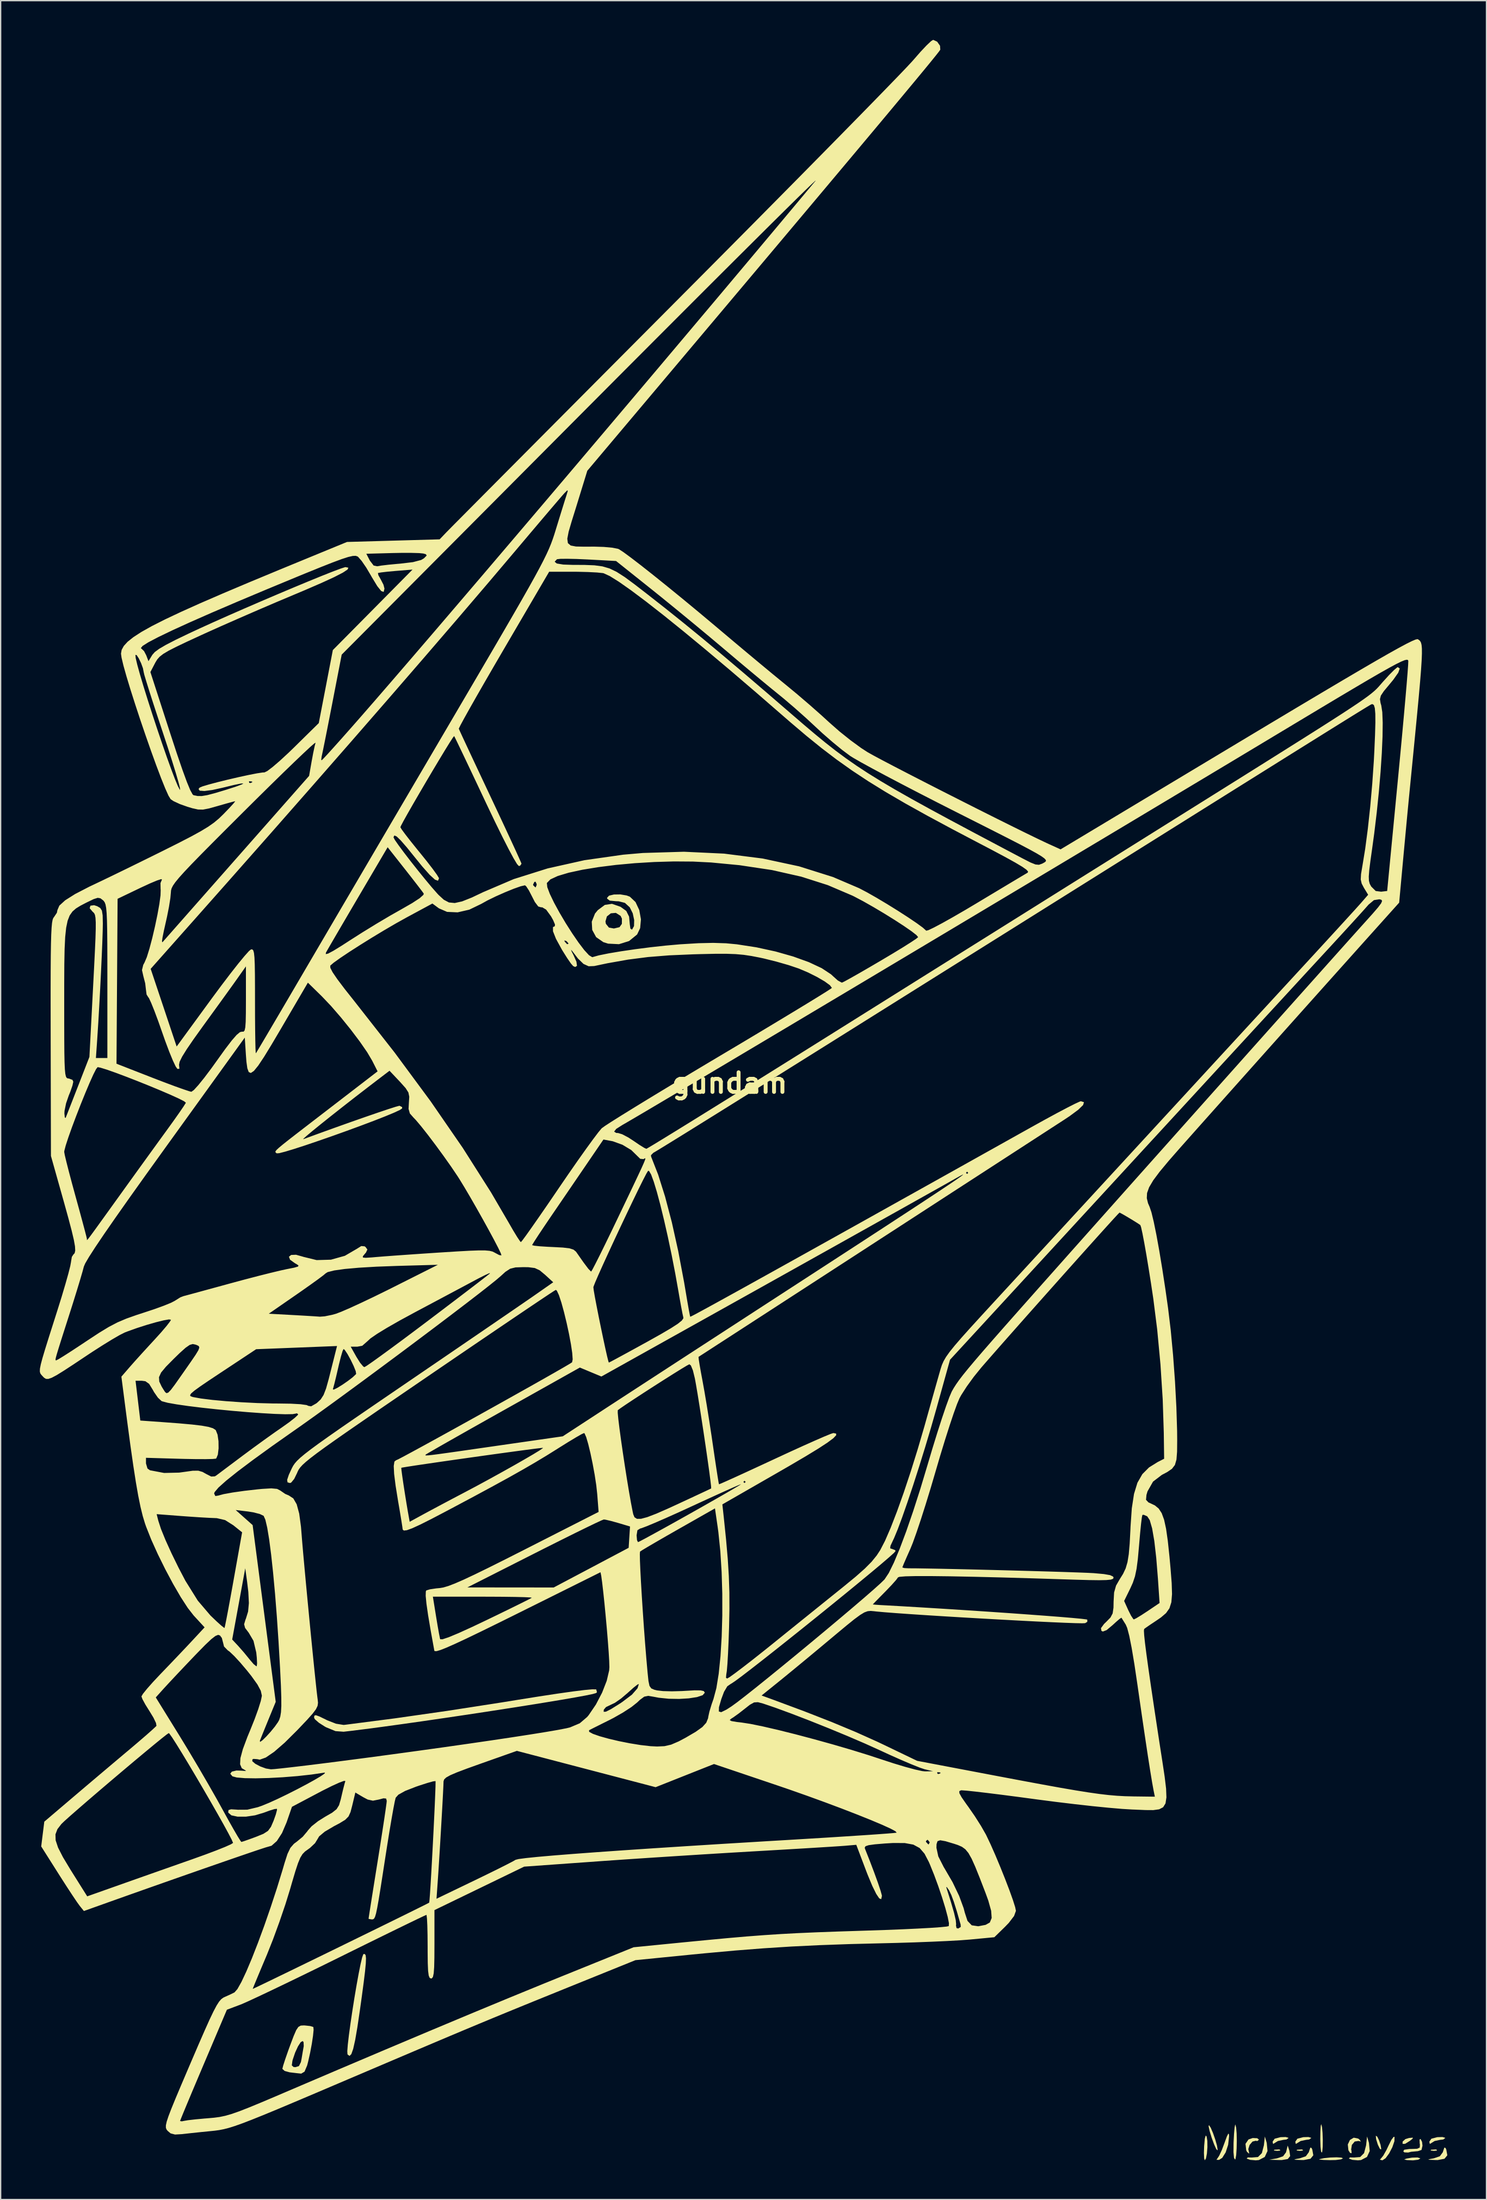
<source format=kicad_pcb>
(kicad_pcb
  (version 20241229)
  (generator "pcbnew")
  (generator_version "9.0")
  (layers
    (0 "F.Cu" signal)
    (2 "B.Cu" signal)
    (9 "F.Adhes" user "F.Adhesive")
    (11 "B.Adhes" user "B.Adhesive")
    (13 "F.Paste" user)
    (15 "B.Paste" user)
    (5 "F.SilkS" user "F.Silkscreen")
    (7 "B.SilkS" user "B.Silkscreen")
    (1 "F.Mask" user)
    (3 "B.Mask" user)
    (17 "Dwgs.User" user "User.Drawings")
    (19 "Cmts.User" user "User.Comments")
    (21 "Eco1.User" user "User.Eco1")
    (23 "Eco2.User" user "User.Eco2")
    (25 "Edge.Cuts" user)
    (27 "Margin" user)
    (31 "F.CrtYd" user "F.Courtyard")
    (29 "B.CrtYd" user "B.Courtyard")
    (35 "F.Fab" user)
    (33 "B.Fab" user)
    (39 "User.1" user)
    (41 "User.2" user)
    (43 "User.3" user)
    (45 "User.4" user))
  (footprint "gundam"
    (layer "F.Cu")
    (at 52.842 79.853)
    (property "Reference" "gundam" (at 0 0 0) (layer "F.SilkS") (effects (font (size 1.5 1.5) (thickness 0.3))))
    (attr board_only exclude_from_pos_files exclude_from_bom)
    (fp_poly (pts (xy 42.145 81.652) (xy 42.167 81.715) (xy 41.927 81.74) (xy 41.68 81.712) (xy 41.71 81.652) (xy 42.066 81.629)) (stroke (width 0) (type solid)) (fill yes) (layer "F.SilkS"))
    (fp_poly (pts (xy 43.885 81.652) (xy 43.906 81.715) (xy 43.667 81.74) (xy 43.42 81.712) (xy 43.45 81.652) (xy 43.806 81.629)) (stroke (width 0) (type solid)) (fill yes) (layer "F.SilkS"))
    (fp_poly (pts (xy 54.149 81.652) (xy 54.171 81.715) (xy 53.932 81.74) (xy 53.685 81.712) (xy 53.714 81.652) (xy 54.07 81.629)) (stroke (width 0) (type solid)) (fill yes) (layer "F.SilkS"))
    (fp_poly (pts (xy 52.302 80.806) (xy 52.105 80.965) (xy 51.73 81.2) (xy 51.536 81.202) (xy 51.539 81.028) (xy 51.748 80.839) (xy 52.031 80.753) (xy 52.323 80.726)) (stroke (width 0) (type solid)) (fill yes) (layer "F.SilkS"))
    (fp_poly (pts (xy 36.526 80.636) (xy 36.582 80.98) (xy 36.587 81.455) (xy 36.549 81.941) (xy 36.478 82.317) (xy 36.385 82.463) (xy 36.337 82.306) (xy 36.32 81.894) (xy 36.337 81.376) (xy 36.389 80.803) (xy 36.455 80.563)) (stroke (width 0) (type solid)) (fill yes) (layer "F.SilkS"))
    (fp_poly (pts (xy 42.791 80.739) (xy 42.797 80.758) (xy 42.649 80.866) (xy 42.397 80.897) (xy 41.988 80.983) (xy 41.788 81.106) (xy 41.619 81.212) (xy 41.579 81.038) (xy 41.736 80.809) (xy 42.188 80.69) (xy 42.589 80.678)) (stroke (width 0) (type solid)) (fill yes) (layer "F.SilkS"))
    (fp_poly (pts (xy 42.865 81.722) (xy 42.926 82.134) (xy 42.745 82.362) (xy 42.284 82.441) (xy 42.048 82.44) (xy 41.318 82.417) (xy 41.92 82.31) (xy 42.381 82.154) (xy 42.603 81.855) (xy 42.629 81.767) (xy 42.736 81.332)) (stroke (width 0) (type solid)) (fill yes) (layer "F.SilkS"))
    (fp_poly (pts (xy 44.531 80.739) (xy 44.537 80.758) (xy 44.389 80.866) (xy 44.137 80.897) (xy 43.728 80.983) (xy 43.528 81.106) (xy 43.358 81.212) (xy 43.319 81.038) (xy 43.476 80.809) (xy 43.928 80.69) (xy 44.329 80.678)) (stroke (width 0) (type solid)) (fill yes) (layer "F.SilkS"))
    (fp_poly (pts (xy 46.848 82.254) (xy 46.973 82.31) (xy 46.815 82.39) (xy 46.407 82.44) (xy 45.972 82.449) (xy 45.47 82.433) (xy 45.176 82.405) (xy 45.146 82.377) (xy 45.518 82.297) (xy 46.004 82.247) (xy 46.487 82.232)) (stroke (width 0) (type solid)) (fill yes) (layer "F.SilkS"))
    (fp_poly (pts (xy 49.598 80.655) (xy 49.734 80.934) (xy 49.851 81.284) (xy 49.898 81.57) (xy 49.89 81.627) (xy 49.804 81.591) (xy 49.659 81.305) (xy 49.626 81.221) (xy 49.505 80.824) (xy 49.486 80.592) (xy 49.493 80.58)) (stroke (width 0) (type solid)) (fill yes) (layer "F.SilkS"))
    (fp_poly (pts (xy 54.795 80.739) (xy 54.801 80.758) (xy 54.653 80.866) (xy 54.401 80.897) (xy 53.992 80.983) (xy 53.792 81.106) (xy 53.623 81.212) (xy 53.584 81.038) (xy 53.74 80.809) (xy 54.192 80.69) (xy 54.593 80.678)) (stroke (width 0) (type solid)) (fill yes) (layer "F.SilkS"))
    (fp_poly (pts (xy 36.842 79.969) (xy 37.016 80.376) (xy 37.188 80.868) (xy 37.319 81.328) (xy 37.369 81.64) (xy 37.354 81.701) (xy 37.26 81.596) (xy 37.098 81.238) (xy 36.911 80.729) (xy 36.752 80.206) (xy 36.678 79.86) (xy 36.705 79.764)) (stroke (width 0) (type solid)) (fill yes) (layer "F.SilkS"))
    (fp_poly (pts (xy 52.882 82.305) (xy 52.888 82.324) (xy 52.735 82.416) (xy 52.358 82.462) (xy 52.279 82.463) (xy 51.876 82.446) (xy 51.675 82.404) (xy 51.67 82.395) (xy 51.822 82.332) (xy 52.198 82.266) (xy 52.279 82.256) (xy 52.679 82.244)) (stroke (width 0) (type solid)) (fill yes) (layer "F.SilkS"))
    (fp_poly (pts (xy 38.24 80.477) (xy 38.247 80.636) (xy 38.175 81.273) (xy 37.986 81.852) (xy 37.724 82.272) (xy 37.476 82.429) (xy 37.278 82.422) (xy 37.335 82.342) (xy 37.488 82.113) (xy 37.698 81.657) (xy 37.886 81.158) (xy 38.079 80.631) (xy 38.191 80.412)) (stroke (width 0) (type solid)) (fill yes) (layer "F.SilkS"))
    (fp_poly (pts (xy 44.561 81.516) (xy 44.619 81.637) (xy 44.698 82.077) (xy 44.481 82.344) (xy 43.963 82.441) (xy 43.803 82.44) (xy 43.352 82.423) (xy 43.23 82.4) (xy 43.418 82.354) (xy 43.66 82.31) (xy 44.126 82.151) (xy 44.352 81.844) (xy 44.375 81.767) (xy 44.471 81.485)) (stroke (width 0) (type solid)) (fill yes) (layer "F.SilkS"))
    (fp_poly (pts (xy 45.305 79.694) (xy 45.365 79.915) (xy 45.406 80.358) (xy 45.424 80.899) (xy 45.418 81.415) (xy 45.385 81.783) (xy 45.351 81.881) (xy 45.293 81.783) (xy 45.251 81.416) (xy 45.233 80.855) (xy 45.233 80.81) (xy 45.242 80.231) (xy 45.268 79.831) (xy 45.303 79.692)) (stroke (width 0) (type solid)) (fill yes) (layer "F.SilkS"))
    (fp_poly (pts (xy 48.139 80.799) (xy 48.252 80.891) (xy 48.344 81.025) (xy 48.16 80.981) (xy 47.871 81.022) (xy 47.652 81.282) (xy 47.597 81.636) (xy 47.62 81.724) (xy 47.631 81.923) (xy 47.51 81.891) (xy 47.387 81.69) (xy 47.34 81.249) (xy 47.503 80.904) (xy 47.796 80.729)) (stroke (width 0) (type solid)) (fill yes) (layer "F.SilkS"))
    (fp_poly (pts (xy 50.92 80.672) (xy 50.91 81.001) (xy 50.752 81.459) (xy 50.506 81.932) (xy 50.232 82.304) (xy 49.991 82.46) (xy 49.983 82.46) (xy 49.795 82.415) (xy 49.876 82.326) (xy 50.058 82.102) (xy 50.302 81.667) (xy 50.462 81.329) (xy 50.68 80.893) (xy 50.851 80.665)) (stroke (width 0) (type solid)) (fill yes) (layer "F.SilkS"))
    (fp_poly (pts (xy 54.825 81.516) (xy 54.883 81.637) (xy 54.962 82.077) (xy 54.745 82.344) (xy 54.227 82.441) (xy 54.067 82.44) (xy 53.616 82.423) (xy 53.494 82.4) (xy 53.683 82.354) (xy 53.924 82.31) (xy 54.39 82.151) (xy 54.616 81.844) (xy 54.64 81.767) (xy 54.736 81.485)) (stroke (width 0) (type solid)) (fill yes) (layer "F.SilkS"))
    (fp_poly (pts (xy 38.788 79.949) (xy 38.825 80.399) (xy 38.837 80.97) (xy 38.825 81.558) (xy 38.792 82.057) (xy 38.736 82.361) (xy 38.704 82.407) (xy 38.624 82.275) (xy 38.584 81.842) (xy 38.589 81.153) (xy 38.592 81.056) (xy 38.627 80.418) (xy 38.67 79.952) (xy 38.714 79.732) (xy 38.727 79.726)) (stroke (width 0) (type solid)) (fill yes) (layer "F.SilkS"))
    (fp_poly (pts (xy 40.403 80.771) (xy 40.536 80.88) (xy 40.41 80.989) (xy 40.288 80.965) (xy 40.041 81.025) (xy 39.82 81.284) (xy 39.717 81.604) (xy 39.755 81.771) (xy 39.787 81.93) (xy 39.758 81.941) (xy 39.614 81.805) (xy 39.559 81.69) (xy 39.504 81.201) (xy 39.733 80.866) (xy 40.059 80.755)) (stroke (width 0) (type solid)) (fill yes) (layer "F.SilkS"))
    (fp_poly (pts (xy 41.131 81.128) (xy 41.19 81.753) (xy 40.979 82.206) (xy 40.527 82.441) (xy 40.289 82.463) (xy 39.86 82.426) (xy 39.61 82.335) (xy 39.598 82.321) (xy 39.678 82.24) (xy 39.989 82.248) (xy 40.459 82.211) (xy 40.757 81.91) (xy 40.913 81.314) (xy 40.921 81.245) (xy 40.986 80.636)) (stroke (width 0) (type solid)) (fill yes) (layer "F.SilkS"))
    (fp_poly (pts (xy 48.96 81.128) (xy 49.019 81.753) (xy 48.808 82.206) (xy 48.356 82.441) (xy 48.117 82.463) (xy 47.689 82.426) (xy 47.439 82.335) (xy 47.427 82.321) (xy 47.507 82.24) (xy 47.818 82.248) (xy 48.288 82.211) (xy 48.586 81.91) (xy 48.741 81.314) (xy 48.749 81.245) (xy 48.815 80.636)) (stroke (width 0) (type solid)) (fill yes) (layer "F.SilkS"))
    (fp_poly (pts (xy 53.028 81.052) (xy 53.062 81.342) (xy 52.985 81.669) (xy 52.691 81.766) (xy 52.641 81.767) (xy 52.2 81.807) (xy 51.963 81.866) (xy 51.675 81.855) (xy 51.59 81.779) (xy 51.659 81.652) (xy 52.052 81.596) (xy 52.202 81.593) (xy 52.657 81.576) (xy 52.849 81.486) (xy 52.864 81.268) (xy 52.846 81.163) (xy 52.834 80.878) (xy 52.913 80.826)) (stroke (width 0) (type solid)) (fill yes) (layer "F.SilkS"))
    (fp_poly (pts (xy -27.886 66.766) (xy -27.86 66.995) (xy -27.875 67.394) (xy -27.933 68.002) (xy -28.037 68.854) (xy -28.189 69.988) (xy -28.326 70.968) (xy -28.519 72.273) (xy -28.688 73.253) (xy -28.84 73.932) (xy -28.981 74.33) (xy -29.117 74.471) (xy -29.254 74.376) (xy -29.278 74.339) (xy -29.292 74.106) (xy -29.252 73.599) (xy -29.168 72.879) (xy -29.049 72.004) (xy -28.906 71.038) (xy -28.748 70.039) (xy -28.584 69.069) (xy -28.424 68.188) (xy -28.278 67.457) (xy -28.156 66.936) (xy -28.067 66.687) (xy -28.053 66.674) (xy -27.951 66.671)) (stroke (width 0) (type solid)) (fill yes) (layer "F.SilkS"))
    (fp_poly (pts (xy -10.24 46.414) (xy -10.223 46.422) (xy -10.169 46.631) (xy -10.234 46.693) (xy -10.48 46.765) (xy -11.033 46.88) (xy -11.855 47.031) (xy -12.91 47.213) (xy -14.158 47.42) (xy -15.563 47.646) (xy -17.087 47.885) (xy -18.692 48.133) (xy -20.341 48.382) (xy -21.996 48.627) (xy -23.619 48.863) (xy -25.174 49.083) (xy -26.621 49.282) (xy -27.925 49.454) (xy -29.046 49.594) (xy -29.575 49.655) (xy -30.195 49.609) (xy -30.91 49.316) (xy -31.01 49.261) (xy -31.47 48.967) (xy -31.77 48.704) (xy -31.836 48.582) (xy -31.815 48.426) (xy -31.704 48.388) (xy -31.434 48.484) (xy -30.936 48.725) (xy -30.831 48.778) (xy -30.16 49.041) (xy -29.584 49.133) (xy -29.488 49.127) (xy -25.648 48.631) (xy -21.658 48.061) (xy -17.436 47.407) (xy -16.284 47.221) (xy -14.621 46.956) (xy -13.193 46.739) (xy -12.02 46.573) (xy -11.123 46.462) (xy -10.523 46.408)) (stroke (width 0) (type solid)) (fill yes) (layer "F.SilkS"))
    (fp_poly (pts (xy -32.541 72.139) (xy -32.128 72.184) (xy -31.895 72.257) (xy -31.892 72.26) (xy -31.872 72.471) (xy -31.917 72.931) (xy -32.01 73.549) (xy -32.139 74.236) (xy -32.289 74.901) (xy -32.367 75.2) (xy -32.566 75.673) (xy -32.817 75.825) (xy -32.846 75.824) (xy -33.226 75.783) (xy -33.707 75.726) (xy -34.089 75.623) (xy -34.262 75.466) (xy -34.263 75.45) (xy -34.202 75.205) (xy -34.199 75.196) (xy -33.542 75.196) (xy -33.406 75.32) (xy -33.256 75.33) (xy -32.996 75.248) (xy -32.846 74.946) (xy -32.792 74.678) (xy -32.706 74.163) (xy -32.634 73.758) (xy -32.627 73.721) (xy -32.641 73.42) (xy -32.704 73.331) (xy -32.858 73.414) (xy -33.068 73.74) (xy -33.288 74.218) (xy -33.471 74.76) (xy -33.495 74.852) (xy -33.542 75.196) (xy -34.199 75.196) (xy -34.044 74.718) (xy -33.819 74.072) (xy -33.675 73.677) (xy -33.403 72.955) (xy -33.206 72.499) (xy -33.039 72.25) (xy -32.859 72.149) (xy -32.621 72.135)) (stroke (width 0) (type solid)) (fill yes) (layer "F.SilkS"))
    (fp_poly (pts (xy -7.895 -14.358) (xy -7.645 -14.261) (xy -7.215 -13.853) (xy -6.927 -13.237) (xy -6.801 -12.532) (xy -6.862 -11.856) (xy -7.093 -11.372) (xy -7.71 -10.87) (xy -8.484 -10.629) (xy -9.319 -10.671) (xy -9.68 -10.785) (xy -10.233 -11.169) (xy -10.533 -11.721) (xy -10.567 -12.352) (xy -10.561 -12.368) (xy -9.518 -12.368) (xy -9.484 -12.186) (xy -9.254 -11.901) (xy -8.873 -11.83) (xy -8.442 -11.93) (xy -8.261 -12.186) (xy -8.258 -12.587) (xy -8.358 -12.795) (xy -8.721 -13.025) (xy -9.107 -12.992) (xy -9.408 -12.754) (xy -9.518 -12.368) (xy -10.561 -12.368) (xy -10.319 -12.974) (xy -10.104 -13.235) (xy -9.565 -13.636) (xy -9.018 -13.718) (xy -8.373 -13.494) (xy -8.363 -13.489) (xy -7.923 -13.172) (xy -7.707 -12.736) (xy -7.655 -12.154) (xy -7.607 -11.814) (xy -7.483 -11.742) (xy -7.481 -11.743) (xy -7.331 -12.017) (xy -7.318 -12.475) (xy -7.429 -12.991) (xy -7.649 -13.435) (xy -7.667 -13.459) (xy -8.029 -13.79) (xy -8.502 -13.911) (xy -8.711 -13.918) (xy -9.19 -13.963) (xy -9.384 -14.11) (xy -9.395 -14.179) (xy -9.243 -14.344) (xy -8.867 -14.432) (xy -8.379 -14.439)) (stroke (width 0) (type solid)) (fill yes) (layer "F.SilkS"))
    (fp_poly (pts (xy 15.887 -79.713) (xy 16.107 -79.402) (xy 16.128 -79.101) (xy 16.038 -78.971) (xy 15.799 -78.667) (xy 15.406 -78.181) (xy 14.853 -77.508) (xy 14.134 -76.64) (xy 13.245 -75.572) (xy 12.181 -74.297) (xy 10.936 -72.809) (xy 9.505 -71.103) (xy 7.882 -69.171) (xy 6.063 -67.007) (xy 4.042 -64.605) (xy 1.814 -61.959) (xy -0.627 -59.062) (xy -3.285 -55.909) (xy -4.373 -54.618) (xy -10.909 -46.867) (xy -11.773 -44.062) (xy -12.109 -42.987) (xy -12.338 -42.203) (xy -12.441 -41.666) (xy -12.395 -41.328) (xy -12.18 -41.145) (xy -11.775 -41.069) (xy -11.157 -41.056) (xy -10.383 -41.06) (xy -9.645 -41.038) (xy -9.007 -40.98) (xy -8.575 -40.898) (xy -8.489 -40.865) (xy -8.139 -40.637) (xy -7.558 -40.21) (xy -6.78 -39.612) (xy -5.839 -38.87) (xy -4.769 -38.01) (xy -3.605 -37.061) (xy -2.379 -36.048) (xy -1.126 -34.999) (xy -0.783 -34.71) (xy 0.256 -33.835) (xy 1.324 -32.94) (xy 2.355 -32.081) (xy 3.282 -31.313) (xy 4.041 -30.691) (xy 4.306 -30.475) (xy 5.176 -29.756) (xy 6.133 -28.937) (xy 7.046 -28.131) (xy 7.632 -27.596) (xy 8.401 -26.92) (xy 9.253 -26.239) (xy 10.065 -25.646) (xy 10.546 -25.334) (xy 10.974 -25.093) (xy 11.669 -24.721) (xy 12.587 -24.24) (xy 13.684 -23.672) (xy 14.915 -23.04) (xy 16.236 -22.366) (xy 17.602 -21.674) (xy 18.969 -20.984) (xy 20.292 -20.321) (xy 21.528 -19.706) (xy 22.631 -19.162) (xy 23.557 -18.712) (xy 24.262 -18.377) (xy 24.457 -18.287) (xy 25.341 -17.887) (xy 38.884 -26.016) (xy 41.313 -27.472) (xy 43.46 -28.756) (xy 45.34 -29.875) (xy 46.967 -30.839) (xy 48.357 -31.656) (xy 49.524 -32.335) (xy 50.483 -32.884) (xy 51.25 -33.311) (xy 51.838 -33.626) (xy 52.263 -33.836) (xy 52.54 -33.951) (xy 52.684 -33.979) (xy 52.701 -33.974) (xy 52.8 -33.909) (xy 52.882 -33.831) (xy 52.946 -33.713) (xy 52.991 -33.531) (xy 53.015 -33.258) (xy 53.017 -32.867) (xy 52.996 -32.335) (xy 52.951 -31.634) (xy 52.879 -30.739) (xy 52.78 -29.623) (xy 52.652 -28.263) (xy 52.494 -26.63) (xy 52.305 -24.7) (xy 52.108 -22.703) (xy 52.007 -21.673) (xy 51.887 -20.42) (xy 51.76 -19.069) (xy 51.636 -17.743) (xy 51.571 -17.037) (xy 51.274 -13.807) (xy 49.167 -11.46) (xy 48.243 -10.43) (xy 47.153 -9.213) (xy 45.932 -7.85) (xy 44.615 -6.378) (xy 43.236 -4.837) (xy 41.832 -3.266) (xy 40.436 -1.703) (xy 39.084 -0.189) (xy 37.81 1.238) (xy 36.65 2.539) (xy 35.638 3.675) (xy 34.809 4.607) (xy 34.533 4.917) (xy 33.621 5.958) (xy 32.929 6.789) (xy 32.436 7.449) (xy 32.122 7.98) (xy 31.964 8.422) (xy 31.944 8.814) (xy 32.038 9.198) (xy 32.161 9.482) (xy 32.302 9.9) (xy 32.477 10.625) (xy 32.679 11.616) (xy 32.9 12.836) (xy 33.133 14.243) (xy 33.371 15.799) (xy 33.573 17.223) (xy 33.778 18.923) (xy 33.958 20.839) (xy 34.105 22.844) (xy 34.21 24.814) (xy 34.266 26.621) (xy 34.272 27.33) (xy 34.264 28.212) (xy 34.217 28.822) (xy 34.098 29.236) (xy 33.873 29.529) (xy 33.509 29.778) (xy 33.1 29.993) (xy 32.421 30.511) (xy 31.997 31.26) (xy 31.918 31.53) (xy 31.884 31.901) (xy 32.074 32.103) (xy 32.21 32.162) (xy 32.569 32.334) (xy 32.856 32.573) (xy 33.085 32.922) (xy 33.269 33.423) (xy 33.421 34.118) (xy 33.554 35.05) (xy 33.682 36.262) (xy 33.763 37.152) (xy 33.851 38.278) (xy 33.877 39.121) (xy 33.826 39.743) (xy 33.679 40.206) (xy 33.42 40.573) (xy 33.031 40.906) (xy 32.656 41.163) (xy 32.19 41.473) (xy 31.853 41.706) (xy 31.742 41.791) (xy 31.724 41.928) (xy 31.745 42.279) (xy 31.807 42.863) (xy 31.913 43.695) (xy 32.065 44.796) (xy 32.265 46.181) (xy 32.516 47.87) (xy 32.82 49.88) (xy 32.903 50.423) (xy 33.135 51.917) (xy 33.313 53.101) (xy 33.422 54.009) (xy 33.448 54.678) (xy 33.378 55.141) (xy 33.196 55.435) (xy 32.89 55.594) (xy 32.443 55.655) (xy 31.843 55.651) (xy 31.074 55.618) (xy 30.804 55.608) (xy 30.056 55.563) (xy 29.031 55.475) (xy 27.798 55.352) (xy 26.424 55.199) (xy 24.977 55.025) (xy 23.526 54.837) (xy 23.329 54.81) (xy 22 54.632) (xy 20.771 54.473) (xy 19.69 54.339) (xy 18.799 54.235) (xy 18.145 54.166) (xy 17.773 54.139) (xy 17.714 54.14) (xy 17.583 54.203) (xy 17.591 54.363) (xy 17.761 54.673) (xy 18.117 55.186) (xy 18.28 55.41) (xy 18.771 56.118) (xy 19.246 56.866) (xy 19.613 57.509) (xy 19.652 57.585) (xy 19.979 58.273) (xy 20.346 59.104) (xy 20.726 60.013) (xy 21.094 60.931) (xy 21.424 61.793) (xy 21.689 62.533) (xy 21.863 63.083) (xy 21.921 63.366) (xy 21.779 63.76) (xy 21.375 64.288) (xy 21.094 64.579) (xy 20.268 65.385) (xy 18.354 65.566) (xy 17.644 65.62) (xy 16.658 65.675) (xy 15.471 65.729) (xy 14.153 65.779) (xy 12.778 65.821) (xy 11.743 65.846) (xy 9.191 65.91) (xy 6.885 65.992) (xy 4.724 66.097) (xy 2.605 66.232) (xy 0.427 66.403) (xy -1.911 66.615) (xy -2.959 66.717) (xy -7.223 67.141) (xy -12.354 69.215) (xy -13.726 69.771) (xy -14.953 70.268) (xy -16.075 70.725) (xy -17.128 71.156) (xy -18.153 71.578) (xy -19.188 72.007) (xy -20.271 72.459) (xy -21.441 72.951) (xy -22.737 73.498) (xy -24.197 74.117) (xy -25.861 74.824) (xy -27.766 75.635) (xy -29.952 76.565) (xy -30.01 76.59) (xy -31.85 77.373) (xy -33.401 78.03) (xy -34.693 78.573) (xy -35.759 79.013) (xy -36.628 79.362) (xy -37.331 79.632) (xy -37.9 79.834) (xy -38.365 79.98) (xy -38.756 80.08) (xy -39.106 80.148) (xy -39.443 80.194) (xy -39.666 80.217) (xy -40.47 80.297) (xy -41.25 80.379) (xy -41.86 80.447) (xy -41.942 80.457) (xy -42.485 80.489) (xy -42.826 80.399) (xy -43.054 80.206) (xy -43.139 80.098) (xy -43.187 79.967) (xy -43.186 79.779) (xy -43.124 79.498) (xy -43.11 79.455) (xy -42.101 79.455) (xy -41.963 79.478) (xy -41.797 79.444) (xy -41.491 79.392) (xy -40.939 79.329) (xy -40.24 79.264) (xy -39.96 79.242) (xy -39.49 79.2) (xy -39.064 79.143) (xy -38.635 79.053) (xy -38.154 78.915) (xy -37.573 78.712) (xy -36.845 78.428) (xy -35.92 78.047) (xy -34.752 77.553) (xy -33.958 77.213) (xy -30.008 75.528) (xy -26.356 73.979) (xy -22.981 72.557) (xy -19.863 71.253) (xy -16.984 70.06) (xy -14.323 68.97) (xy -12.857 68.375) (xy -7.36 66.153) (xy -3.636 65.785) (xy -1.751 65.602) (xy -0.128 65.45) (xy 1.307 65.326) (xy 2.629 65.225) (xy 3.912 65.141) (xy 5.232 65.07) (xy 6.664 65.008) (xy 8.282 64.949) (xy 10.162 64.888) (xy 10.478 64.878) (xy 11.908 64.83) (xy 13.229 64.778) (xy 14.401 64.723) (xy 15.383 64.669) (xy 16.133 64.617) (xy 16.612 64.569) (xy 16.777 64.533) (xy 16.79 64.311) (xy 16.696 63.83) (xy 16.515 63.155) (xy 16.268 62.351) (xy 16.004 61.567) (xy 16.588 61.567) (xy 16.594 61.586) (xy 16.946 62.702) (xy 17.183 63.522) (xy 17.312 64.079) (xy 17.342 64.402) (xy 17.328 64.473) (xy 17.371 64.685) (xy 17.501 64.718) (xy 17.694 64.598) (xy 17.684 64.413) (xy 17.393 63.399) (xy 17.162 62.665) (xy 16.973 62.154) (xy 16.805 61.807) (xy 16.777 61.76) (xy 16.618 61.535) (xy 16.588 61.567) (xy 16.004 61.567) (xy 15.975 61.482) (xy 15.656 60.614) (xy 15.331 59.811) (xy 15.249 59.623) (xy 14.92 58.992) (xy 14.546 58.558) (xy 14.509 58.538) (xy 15.832 58.538) (xy 15.974 59.196) (xy 16.394 60.021) (xy 16.459 60.126) (xy 17.07 61.175) (xy 17.573 62.225) (xy 17.918 63.167) (xy 18.004 63.5) (xy 18.212 64.136) (xy 18.536 64.473) (xy 19.036 64.546) (xy 19.601 64.438) (xy 19.922 64.257) (xy 20.063 63.911) (xy 20.023 63.362) (xy 19.803 62.574) (xy 19.591 61.992) (xy 19.152 60.854) (xy 18.807 59.997) (xy 18.528 59.375) (xy 18.284 58.942) (xy 18.047 58.654) (xy 17.788 58.465) (xy 17.479 58.329) (xy 17.192 58.234) (xy 16.525 58.035) (xy 16.121 57.963) (xy 15.915 58.033) (xy 15.841 58.26) (xy 15.832 58.538) (xy 14.509 58.538) (xy 14.063 58.296) (xy 13.406 58.176) (xy 12.51 58.172) (xy 11.891 58.209) (xy 11.123 58.273) (xy 10.646 58.338) (xy 10.404 58.418) (xy 10.339 58.53) (xy 10.359 58.61) (xy 10.734 59.558) (xy 11.072 60.45) (xy 11.353 61.225) (xy 11.553 61.821) (xy 11.65 62.175) (xy 11.656 62.225) (xy 11.603 62.473) (xy 11.454 62.414) (xy 11.222 62.07) (xy 10.922 61.463) (xy 10.568 60.614) (xy 10.457 60.328) (xy 9.693 58.311) (xy 8.805 58.387) (xy 8.424 58.414) (xy 7.742 58.459) (xy 6.807 58.517) (xy 5.664 58.587) (xy 4.362 58.664) (xy 2.947 58.747) (xy 1.74 58.817) (xy -0.042 58.922) (xy -2.021 59.043) (xy -4.092 59.174) (xy -6.151 59.307) (xy -8.091 59.437) (xy -9.809 59.556) (xy -10.09 59.577) (xy -15.745 59.982) (xy -19.18 61.646) (xy -22.616 63.309) (xy -22.616 65.927) (xy -22.621 66.95) (xy -22.638 67.674) (xy -22.673 68.146) (xy -22.73 68.416) (xy -22.814 68.531) (xy -22.877 68.545) (xy -22.983 68.496) (xy -23.056 68.317) (xy -23.103 67.957) (xy -23.128 67.366) (xy -23.138 66.496) (xy -23.138 66.11) (xy -23.145 65.234) (xy -23.162 64.498) (xy -23.188 63.964) (xy -23.22 63.695) (xy -23.233 63.674) (xy -23.404 63.749) (xy -23.854 63.962) (xy -24.55 64.298) (xy -25.46 64.74) (xy -26.55 65.273) (xy -27.788 65.881) (xy -29.141 66.547) (xy -29.887 66.916) (xy -31.331 67.627) (xy -32.715 68.302) (xy -34 68.924) (xy -35.146 69.473) (xy -36.114 69.931) (xy -36.865 70.279) (xy -37.361 70.498) (xy -37.48 70.546) (xy -38.513 70.934) (xy -40.307 75.158) (xy -40.786 76.288) (xy -41.217 77.309) (xy -41.581 78.179) (xy -41.862 78.855) (xy -42.041 79.295) (xy -42.101 79.455) (xy -43.11 79.455) (xy -42.988 79.086) (xy -42.767 78.509) (xy -42.448 77.729) (xy -42.019 76.712) (xy -41.468 75.421) (xy -41.3 75.029) (xy -40.705 73.644) (xy -40.225 72.546) (xy -39.845 71.699) (xy -39.544 71.069) (xy -39.306 70.619) (xy -39.113 70.317) (xy -38.946 70.125) (xy -38.787 70.01) (xy -38.709 69.972) (xy -38.261 69.77) (xy -37.933 69.609) (xy -37.707 69.353) (xy -37.7 69.339) (xy -36.534 69.339) (xy -36.385 69.273) (xy -35.961 69.072) (xy -35.303 68.756) (xy -34.449 68.342) (xy -33.438 67.852) (xy -32.308 67.302) (xy -31.099 66.713) (xy -29.849 66.103) (xy -28.596 65.49) (xy -27.38 64.895) (xy -26.239 64.336) (xy -25.212 63.831) (xy -24.338 63.4) (xy -23.656 63.062) (xy -23.204 62.836) (xy -23.022 62.74) (xy -23.02 62.739) (xy -22.997 62.561) (xy -22.987 62.44) (xy -22.459 62.44) (xy -19.537 61.033) (xy -18.6 60.578) (xy -17.764 60.167) (xy -17.083 59.824) (xy -16.61 59.579) (xy -16.401 59.458) (xy -16.167 59.4) (xy -15.598 59.325) (xy -14.707 59.234) (xy -13.507 59.129) (xy -12.011 59.01) (xy -10.23 58.878) (xy -8.179 58.734) (xy -5.87 58.579) (xy -3.316 58.414) (xy -0.529 58.239) (xy 2.478 58.057) (xy 2.768 58.039) (xy 15.021 58.039) (xy 15.049 58.107) (xy 15.205 58.273) (xy 15.233 58.281) (xy 15.308 58.146) (xy 15.31 58.107) (xy 15.176 57.94) (xy 15.125 57.933) (xy 15.021 58.039) (xy 2.768 58.039) (xy 4.259 57.951) (xy 5.939 57.85) (xy 7.511 57.754) (xy 8.941 57.663) (xy 10.196 57.581) (xy 11.241 57.51) (xy 12.044 57.451) (xy 12.57 57.408) (xy 12.786 57.381) (xy 12.789 57.38) (xy 12.687 57.269) (xy 12.294 57.06) (xy 11.648 56.767) (xy 10.787 56.405) (xy 9.749 55.989) (xy 8.571 55.533) (xy 7.292 55.054) (xy 5.95 54.566) (xy 4.582 54.084) (xy 3.616 53.754) (xy 0.706 52.772) (xy 15.889 52.772) (xy 15.913 52.875) (xy 16.005 52.888) (xy 16.149 52.824) (xy 16.121 52.772) (xy 15.915 52.751) (xy 15.889 52.772) (xy 0.706 52.772) (xy -1.205 52.127) (xy -3.44 53.013) (xy -5.676 53.9) (xy -10.99 52.51) (xy -16.304 51.12) (xy -19.112 52.112) (xy -20.148 52.483) (xy -20.898 52.767) (xy -21.406 52.984) (xy -21.716 53.157) (xy -21.873 53.307) (xy -21.921 53.456) (xy -21.921 53.475) (xy -21.932 53.789) (xy -21.961 54.385) (xy -22.004 55.199) (xy -22.059 56.166) (xy -22.12 57.221) (xy -22.184 58.298) (xy -22.248 59.334) (xy -22.307 60.264) (xy -22.358 61.013) (xy -22.459 62.44) (xy -22.987 62.44) (xy -22.96 62.09) (xy -22.914 61.383) (xy -22.861 60.495) (xy -22.804 59.48) (xy -22.746 58.395) (xy -22.689 57.293) (xy -22.637 56.232) (xy -22.592 55.266) (xy -22.558 54.451) (xy -22.536 53.841) (xy -22.531 53.492) (xy -22.536 53.432) (xy -22.719 53.455) (xy -23.149 53.574) (xy -23.749 53.767) (xy -24.022 53.86) (xy -24.862 54.187) (xy -25.379 54.475) (xy -25.586 54.708) (xy -25.652 54.976) (xy -25.761 55.534) (xy -25.902 56.331) (xy -26.068 57.314) (xy -26.247 58.429) (xy -26.36 59.151) (xy -26.579 60.57) (xy -26.753 61.683) (xy -26.891 62.527) (xy -27 63.138) (xy -27.088 63.555) (xy -27.164 63.815) (xy -27.236 63.954) (xy -27.312 64.011) (xy -27.4 64.022) (xy -27.42 64.022) (xy -27.639 63.986) (xy -27.662 63.961) (xy -27.635 63.78) (xy -27.561 63.302) (xy -27.446 62.573) (xy -27.298 61.641) (xy -27.124 60.553) (xy -26.966 59.568) (xy -26.775 58.37) (xy -26.605 57.275) (xy -26.461 56.335) (xy -26.353 55.599) (xy -26.287 55.117) (xy -26.27 54.948) (xy -26.317 54.77) (xy -26.519 54.751) (xy -26.865 54.843) (xy -27.328 54.934) (xy -27.728 54.847) (xy -28.068 54.667) (xy -28.675 54.309) (xy -28.911 55.295) (xy -29.044 55.803) (xy -29.197 56.14) (xy -29.449 56.395) (xy -29.878 56.658) (xy -30.31 56.886) (xy -31.019 57.304) (xy -31.449 57.665) (xy -31.564 57.861) (xy -31.762 58.185) (xy -32.144 58.545) (xy -32.285 58.647) (xy -32.529 58.823) (xy -32.723 59.023) (xy -32.894 59.303) (xy -33.067 59.721) (xy -33.27 60.334) (xy -33.527 61.2) (xy -33.663 61.673) (xy -34.032 62.866) (xy -34.491 64.213) (xy -34.982 65.554) (xy -35.449 66.728) (xy -35.474 66.787) (xy -35.837 67.646) (xy -36.146 68.384) (xy -36.379 68.946) (xy -36.512 69.276) (xy -36.534 69.339) (xy -37.7 69.339) (xy -37.399 68.804) (xy -37.023 68.003) (xy -36.595 66.991) (xy -36.132 65.807) (xy -35.648 64.494) (xy -35.161 63.09) (xy -34.684 61.638) (xy -34.235 60.178) (xy -34.099 59.712) (xy -33.872 59.006) (xy -33.651 58.546) (xy -33.382 58.235) (xy -33.162 58.072) (xy -32.704 57.694) (xy -32.345 57.267) (xy -32.319 57.223) (xy -32.026 56.893) (xy -31.532 56.503) (xy -31.004 56.171) (xy -30.446 55.848) (xy -30.114 55.584) (xy -29.923 55.277) (xy -29.79 54.824) (xy -29.746 54.632) (xy -29.611 54.058) (xy -29.493 53.604) (xy -29.439 53.43) (xy -29.547 53.418) (xy -29.909 53.551) (xy -30.472 53.807) (xy -31.184 54.162) (xy -31.438 54.296) (xy -33.53 55.402) (xy -33.945 56.602) (xy -34.291 57.409) (xy -34.687 58.021) (xy -35.091 58.381) (xy -35.346 58.455) (xy -35.542 58.511) (xy -36.029 58.67) (xy -36.769 58.92) (xy -37.727 59.248) (xy -38.864 59.641) (xy -40.145 60.086) (xy -41.531 60.57) (xy -42.986 61.08) (xy -44.473 61.604) (xy -45.955 62.128) (xy -47.395 62.64) (xy -47.48 62.67) (xy -49.466 63.379) (xy -49.784 62.987) (xy -49.992 62.699) (xy -50.34 62.183) (xy -50.785 61.505) (xy -51.282 60.732) (xy -51.419 60.515) (xy -52.736 58.436) (xy -52.621 57.509) (xy -51.644 57.509) (xy -51.631 57.962) (xy -51.444 58.526) (xy -51.071 59.256) (xy -50.5 60.205) (xy -50.441 60.299) (xy -49.212 62.255) (xy -46.744 61.382) (xy -45.716 61.018) (xy -44.48 60.582) (xy -43.156 60.116) (xy -41.864 59.661) (xy -41.145 59.409) (xy -40.172 59.059) (xy -39.326 58.741) (xy -38.655 58.473) (xy -38.211 58.275) (xy -38.042 58.168) (xy -38.042 58.164) (xy -38.147 57.917) (xy -38.399 57.431) (xy -38.769 56.754) (xy -39.231 55.933) (xy -39.757 55.014) (xy -40.319 54.045) (xy -40.89 53.072) (xy -41.442 52.143) (xy -41.949 51.305) (xy -42.382 50.603) (xy -42.714 50.086) (xy -42.918 49.8) (xy -42.965 49.758) (xy -43.125 49.867) (xy -43.51 50.17) (xy -44.078 50.633) (xy -44.791 51.223) (xy -45.61 51.906) (xy -46.494 52.65) (xy -47.404 53.42) (xy -48.3 54.183) (xy -49.143 54.906) (xy -49.893 55.555) (xy -50.512 56.096) (xy -50.958 56.496) (xy -51.191 56.72) (xy -51.494 57.113) (xy -51.644 57.509) (xy -52.621 57.509) (xy -52.618 57.488) (xy -52.499 56.539) (xy -50.301 54.67) (xy -49.343 53.856) (xy -48.266 52.945) (xy -47.191 52.037) (xy -46.235 51.232) (xy -46.055 51.082) (xy -45.34 50.476) (xy -44.719 49.942) (xy -44.244 49.522) (xy -43.961 49.26) (xy -43.907 49.2) (xy -43.945 48.983) (xy -44.141 48.574) (xy -44.433 48.095) (xy -44.756 47.579) (xy -44.982 47.162) (xy -45.031 47.029) (xy -43.96 47.029) (xy -42.117 50.008) (xy -41.423 51.148) (xy -40.673 52.408) (xy -39.935 53.676) (xy -39.272 54.84) (xy -38.883 55.542) (xy -38.417 56.388) (xy -38.007 57.115) (xy -37.682 57.673) (xy -37.47 58.012) (xy -37.404 58.092) (xy -37.208 58.033) (xy -36.783 57.884) (xy -36.294 57.705) (xy -35.717 57.471) (xy -35.366 57.245) (xy -35.137 56.931) (xy -34.94 56.475) (xy -34.766 55.985) (xy -34.677 55.646) (xy -34.679 55.555) (xy -34.865 55.575) (xy -35.273 55.7) (xy -35.669 55.847) (xy -36.36 56.054) (xy -37.062 56.157) (xy -37.693 56.157) (xy -38.168 56.055) (xy -38.404 55.851) (xy -38.412 55.822) (xy -38.392 55.652) (xy -38.194 55.592) (xy -37.739 55.62) (xy -37.677 55.627) (xy -36.952 55.623) (xy -36.143 55.43) (xy -35.823 55.318) (xy -35.276 55.093) (xy -34.611 54.791) (xy -33.881 54.438) (xy -33.136 54.061) (xy -32.428 53.688) (xy -31.809 53.347) (xy -31.33 53.064) (xy -31.043 52.868) (xy -30.999 52.784) (xy -31.054 52.787) (xy -32.036 52.932) (xy -33.116 53.051) (xy -34.231 53.14) (xy -35.317 53.198) (xy -36.311 53.222) (xy -37.148 53.209) (xy -37.764 53.157) (xy -38.09 53.068) (xy -38.256 52.869) (xy -38.134 52.708) (xy -37.783 52.624) (xy -37.444 52.633) (xy -37.109 52.656) (xy -37.044 52.63) (xy -37.1 52.609) (xy -37.376 52.445) (xy -37.503 52.146) (xy -37.477 51.674) (xy -37.293 50.991) (xy -36.946 50.06) (xy -36.726 49.529) (xy -36.389 48.69) (xy -36.111 47.922) (xy -35.918 47.304) (xy -35.837 46.915) (xy -35.836 46.886) (xy -35.918 46.519) (xy -36.177 46.035) (xy -36.643 45.385) (xy -36.972 44.972) (xy -37.482 44.37) (xy -37.948 43.865) (xy -38.305 43.525) (xy -38.45 43.423) (xy -38.733 43.133) (xy -38.796 42.879) (xy -38.87 42.596) (xy -38.108 42.596) (xy -37.648 43.088) (xy -37.219 43.575) (xy -36.787 44.103) (xy -36.75 44.15) (xy -36.462 44.484) (xy -36.263 44.64) (xy -36.228 44.637) (xy -36.202 44.432) (xy -36.223 43.992) (xy -36.265 43.586) (xy -36.477 42.696) (xy -36.839 42.081) (xy -37.121 41.708) (xy -37.195 41.428) (xy -37.092 41.081) (xy -37.056 40.995) (xy -36.89 40.458) (xy -36.829 39.806) (xy -36.872 38.959) (xy -36.964 38.187) (xy -37.108 37.143) (xy -37.608 39.87) (xy -38.108 42.596) (xy -38.87 42.596) (xy -38.902 42.475) (xy -39.047 42.284) (xy -39.186 42.24) (xy -39.395 42.326) (xy -39.711 42.571) (xy -40.172 43.007) (xy -40.816 43.664) (xy -41.016 43.872) (xy -41.697 44.586) (xy -42.347 45.273) (xy -42.9 45.863) (xy -43.292 46.287) (xy -43.348 46.348) (xy -43.96 47.029) (xy -45.031 47.029) (xy -45.059 46.951) (xy -44.944 46.754) (xy -44.632 46.367) (xy -44.17 45.845) (xy -43.612 45.252) (xy -42.92 44.532) (xy -42.2 43.777) (xy -41.551 43.092) (xy -41.193 42.71) (xy -40.222 41.666) (xy -41.061 40.755) (xy -41.511 40.178) (xy -42.049 39.349) (xy -42.635 38.34) (xy -43.231 37.224) (xy -43.8 36.073) (xy -44.303 34.961) (xy -44.701 33.959) (xy -44.789 33.707) (xy -44.961 33.136) (xy -44.994 33) (xy -43.893 33) (xy -43.766 33.506) (xy -43.562 34.133) (xy -43.213 34.989) (xy -42.753 36.003) (xy -42.214 37.103) (xy -41.691 38.1) (xy -40.744 39.618) (xy -39.772 40.758) (xy -39.297 41.212) (xy -38.925 41.546) (xy -38.718 41.706) (xy -38.696 41.712) (xy -38.652 41.533) (xy -38.557 41.063) (xy -38.421 40.351) (xy -38.254 39.449) (xy -38.065 38.407) (xy -37.997 38.026) (xy -37.348 34.391) (xy -38.019 33.853) (xy -38.651 33.454) (xy -39.286 33.307) (xy -39.396 33.302) (xy -39.867 33.283) (xy -40.575 33.243) (xy -41.411 33.187) (xy -41.997 33.145) (xy -43.893 33) (xy -44.994 33) (xy -45.072 32.684) (xy -37.839 32.684) (xy -37.19 33.261) (xy -36.541 33.838) (xy -35.658 40.603) (xy -34.774 47.368) (xy -35.35 48.77) (xy -35.618 49.425) (xy -35.836 49.964) (xy -35.97 50.3) (xy -35.991 50.356) (xy -35.965 50.433) (xy -35.78 50.3) (xy -35.493 50.02) (xy -35.162 49.655) (xy -34.846 49.267) (xy -34.6 48.92) (xy -34.508 48.751) (xy -34.424 48.495) (xy -34.37 48.157) (xy -34.344 47.685) (xy -34.347 47.028) (xy -34.376 46.134) (xy -34.433 44.953) (xy -34.443 44.749) (xy -34.559 42.739) (xy -34.688 40.839) (xy -34.827 39.079) (xy -34.974 37.49) (xy -35.124 36.1) (xy -35.275 34.939) (xy -35.424 34.037) (xy -35.568 33.423) (xy -35.702 33.127) (xy -35.704 33.126) (xy -35.993 32.988) (xy -36.497 32.86) (xy -36.882 32.799) (xy -37.839 32.684) (xy -45.072 32.684) (xy -45.13 32.446) (xy -45.302 31.601) (xy -45.334 31.421) (xy -39.492 31.421) (xy -39.398 31.614) (xy -39.187 31.581) (xy -38.764 31.468) (xy -38.071 31.342) (xy -37.185 31.217) (xy -36.183 31.103) (xy -35.811 31.067) (xy -35.106 31.026) (xy -34.667 31.067) (xy -34.415 31.197) (xy -34.411 31.202) (xy -34.049 31.45) (xy -33.77 31.57) (xy -33.428 31.794) (xy -33.167 32.245) (xy -32.975 32.958) (xy -32.839 33.967) (xy -32.8 34.447) (xy -32.75 35.075) (xy -32.674 35.953) (xy -32.576 37.031) (xy -32.463 38.254) (xy -32.338 39.571) (xy -32.207 40.93) (xy -32.076 42.279) (xy -31.948 43.566) (xy -31.83 44.737) (xy -31.725 45.743) (xy -31.641 46.529) (xy -31.58 47.044) (xy -31.562 47.173) (xy -31.535 47.438) (xy -31.567 47.674) (xy -31.694 47.936) (xy -31.952 48.277) (xy -32.376 48.75) (xy -33.002 49.409) (xy -33.134 49.547) (xy -34.09 50.496) (xy -34.894 51.193) (xy -35.533 51.629) (xy -35.994 51.795) (xy -36.188 51.756) (xy -36.476 51.735) (xy -36.56 51.773) (xy -36.567 51.914) (xy -36.335 52.111) (xy -35.956 52.312) (xy -35.523 52.469) (xy -35.142 52.532) (xy -34.859 52.513) (xy -34.28 52.453) (xy -33.456 52.36) (xy -32.436 52.239) (xy -31.272 52.095) (xy -30.011 51.935) (xy -30.01 51.935) (xy -27.96 51.668) (xy -25.903 51.393) (xy -23.872 51.116) (xy -21.9 50.842) (xy -20.02 50.574) (xy -18.265 50.319) (xy -16.666 50.08) (xy -15.258 49.863) (xy -14.073 49.672) (xy -13.311 49.542) (xy -10.775 49.542) (xy -10.768 49.661) (xy -10.477 49.818) (xy -9.961 49.999) (xy -9.278 50.189) (xy -8.488 50.375) (xy -7.651 50.541) (xy -6.825 50.675) (xy -6.07 50.761) (xy -5.567 50.786) (xy -4.997 50.76) (xy -4.488 50.643) (xy -3.912 50.396) (xy -3.379 50.113) (xy -2.605 49.66) (xy -2.096 49.296) (xy -1.799 48.968) (xy -1.714 48.76) (xy -0.001 48.76) (xy 0.128 48.839) (xy 0.541 48.909) (xy 0.894 48.949) (xy 1.589 49.056) (xy 2.554 49.253) (xy 3.73 49.525) (xy 5.055 49.856) (xy 6.47 50.231) (xy 7.914 50.632) (xy 9.327 51.045) (xy 10.648 51.453) (xy 11.569 51.756) (xy 12.54 52.073) (xy 13.44 52.344) (xy 14.199 52.548) (xy 14.747 52.668) (xy 14.962 52.69) (xy 15.571 52.679) (xy 14.926 52.527) (xy 14.556 52.403) (xy 13.94 52.157) (xy 13.143 51.818) (xy 12.233 51.413) (xy 11.52 51.084) (xy 10.355 50.558) (xy 9.007 49.979) (xy 7.559 49.381) (xy 6.098 48.797) (xy 4.706 48.262) (xy 3.47 47.809) (xy 2.56 47.5) (xy 2.16 47.393) (xy 1.865 47.411) (xy 1.543 47.591) (xy 1.168 47.885) (xy 0.69 48.258) (xy 0.275 48.555) (xy 0.112 48.657) (xy -0.001 48.76) (xy -1.714 48.76) (xy -1.66 48.628) (xy -1.637 48.484) (xy -1.556 48.113) (xy -1.553 48.105) (xy -0.835 48.105) (xy -0.652 48.159) (xy -0.246 47.959) (xy 0.137 47.712) (xy 0.553 47.41) (xy 1.183 46.924) (xy 1.236 46.882) (xy 2.441 46.882) (xy 3.352 47.214) (xy 5.729 48.098) (xy 7.814 48.913) (xy 9.651 49.678) (xy 11.285 50.411) (xy 11.83 50.669) (xy 14.353 51.882) (xy 20.268 53.005) (xy 22.24 53.377) (xy 23.909 53.687) (xy 25.312 53.941) (xy 26.487 54.143) (xy 27.472 54.3) (xy 28.304 54.418) (xy 29.022 54.502) (xy 29.663 54.557) (xy 30.265 54.59) (xy 30.865 54.605) (xy 30.937 54.607) (xy 32.561 54.627) (xy 32.464 54.149) (xy 32.357 53.563) (xy 32.208 52.658) (xy 32.02 51.458) (xy 31.799 49.988) (xy 31.547 48.273) (xy 31.268 46.339) (xy 31.23 46.071) (xy 30.994 44.485) (xy 30.785 43.238) (xy 30.602 42.317) (xy 30.444 41.715) (xy 30.335 41.46) (xy 30.119 41.114) (xy 30.005 40.93) (xy 30.003 40.925) (xy 29.874 41.007) (xy 29.573 41.266) (xy 29.317 41.501) (xy 28.868 41.875) (xy 28.581 41.986) (xy 28.471 41.936) (xy 28.433 41.728) (xy 28.669 41.407) (xy 28.843 41.239) (xy 29.162 40.913) (xy 29.329 40.597) (xy 29.393 40.16) (xy 29.401 39.7) (xy 29.404 39.645) (xy 30.209 39.645) (xy 30.527 40.351) (xy 30.741 40.777) (xy 30.909 41.028) (xy 30.952 41.058) (xy 31.141 40.967) (xy 31.529 40.732) (xy 31.991 40.43) (xy 32.923 39.802) (xy 32.798 37.951) (xy 32.668 36.346) (xy 32.52 35.057) (xy 32.353 34.092) (xy 32.17 33.458) (xy 31.976 33.165) (xy 31.703 33.048) (xy 31.606 33.061) (xy 31.565 33.255) (xy 31.506 33.729) (xy 31.437 34.415) (xy 31.364 35.247) (xy 31.35 35.415) (xy 31.259 36.429) (xy 31.161 37.182) (xy 31.04 37.76) (xy 30.876 38.25) (xy 30.689 38.666) (xy 30.209 39.645) (xy 29.404 39.645) (xy 29.44 38.998) (xy 29.588 38.472) (xy 29.862 37.994) (xy 30.128 37.569) (xy 30.325 37.152) (xy 30.465 36.674) (xy 30.563 36.067) (xy 30.633 35.262) (xy 30.69 34.19) (xy 30.7 33.95) (xy 30.796 32.553) (xy 30.965 31.451) (xy 31.227 30.595) (xy 31.604 29.936) (xy 32.115 29.424) (xy 32.772 29.015) (xy 33.272 28.76) (xy 33.246 26.776) (xy 33.164 24.224) (xy 32.991 21.527) (xy 32.739 18.853) (xy 32.445 16.527) (xy 32.267 15.337) (xy 32.085 14.189) (xy 31.91 13.134) (xy 31.749 12.224) (xy 31.612 11.509) (xy 31.508 11.04) (xy 31.449 10.871) (xy 31.233 10.725) (xy 30.857 10.491) (xy 30.43 10.234) (xy 30.063 10.022) (xy 29.864 9.918) (xy 29.856 9.916) (xy 29.73 10.042) (xy 29.401 10.397) (xy 28.897 10.951) (xy 28.244 11.674) (xy 27.469 12.536) (xy 26.601 13.504) (xy 25.666 14.549) (xy 24.693 15.641) (xy 23.707 16.748) (xy 22.737 17.839) (xy 21.811 18.885) (xy 20.954 19.854) (xy 20.195 20.717) (xy 19.561 21.441) (xy 19.266 21.781) (xy 18.696 22.484) (xy 18.155 23.228) (xy 17.728 23.892) (xy 17.598 24.13) (xy 17.412 24.57) (xy 17.152 25.288) (xy 16.837 26.229) (xy 16.484 27.335) (xy 16.113 28.55) (xy 15.773 29.707) (xy 15.393 30.997) (xy 15.008 32.253) (xy 14.638 33.413) (xy 14.302 34.414) (xy 14.022 35.196) (xy 13.84 35.644) (xy 13.562 36.268) (xy 13.348 36.76) (xy 13.233 37.042) (xy 13.222 37.08) (xy 13.372 37.128) (xy 13.7 37.145) (xy 14.274 37.148) (xy 15.122 37.161) (xy 16.195 37.181) (xy 17.44 37.208) (xy 18.805 37.24) (xy 20.239 37.276) (xy 21.69 37.314) (xy 23.106 37.353) (xy 24.436 37.391) (xy 25.628 37.428) (xy 26.631 37.462) (xy 27.392 37.491) (xy 27.861 37.515) (xy 27.879 37.516) (xy 28.658 37.586) (xy 29.137 37.67) (xy 29.365 37.78) (xy 29.401 37.868) (xy 29.354 37.953) (xy 29.184 38.012) (xy 28.848 38.045) (xy 28.305 38.056) (xy 27.511 38.046) (xy 26.424 38.016) (xy 26.052 38.004) (xy 23.265 37.916) (xy 20.803 37.845) (xy 18.667 37.793) (xy 16.862 37.758) (xy 15.391 37.741) (xy 14.256 37.741) (xy 13.46 37.76) (xy 13.006 37.797) (xy 12.893 37.836) (xy 12.744 38.038) (xy 12.414 38.409) (xy 11.969 38.875) (xy 11.892 38.953) (xy 11.449 39.402) (xy 11.12 39.739) (xy 10.965 39.903) (xy 10.961 39.91) (xy 11.114 39.929) (xy 11.496 39.956) (xy 11.613 39.962) (xy 13.166 40.049) (xy 14.797 40.146) (xy 16.468 40.249) (xy 18.143 40.356) (xy 19.786 40.465) (xy 21.36 40.573) (xy 22.828 40.678) (xy 24.154 40.776) (xy 25.301 40.865) (xy 26.233 40.943) (xy 26.913 41.007) (xy 27.304 41.055) (xy 27.386 41.075) (xy 27.389 41.241) (xy 27.223 41.344) (xy 27.001 41.354) (xy 26.475 41.344) (xy 25.686 41.316) (xy 24.678 41.272) (xy 23.492 41.216) (xy 22.171 41.148) (xy 20.759 41.072) (xy 19.296 40.99) (xy 17.827 40.905) (xy 16.392 40.818) (xy 15.035 40.733) (xy 13.799 40.651) (xy 12.725 40.575) (xy 11.856 40.508) (xy 11.235 40.452) (xy 11.047 40.43) (xy 10.795 40.408) (xy 10.564 40.429) (xy 10.309 40.523) (xy 9.984 40.719) (xy 9.544 41.043) (xy 8.944 41.527) (xy 8.138 42.197) (xy 7.829 42.456) (xy 6.909 43.224) (xy 5.963 44.01) (xy 5.068 44.749) (xy 4.304 45.376) (xy 3.874 45.726) (xy 2.441 46.882) (xy 1.236 46.882) (xy 1.989 46.286) (xy 2.933 45.526) (xy 3.98 44.675) (xy 5.091 43.764) (xy 6.229 42.824) (xy 7.358 41.885) (xy 8.44 40.978) (xy 9.438 40.134) (xy 10.316 39.383) (xy 11.035 38.757) (xy 11.559 38.286) (xy 11.851 38.001) (xy 11.858 37.993) (xy 12.182 37.505) (xy 12.574 36.708) (xy 13.024 35.633) (xy 13.52 34.312) (xy 14.05 32.774) (xy 14.604 31.05) (xy 15.142 29.261) (xy 15.524 27.978) (xy 15.9 26.762) (xy 16.253 25.665) (xy 16.566 24.742) (xy 16.821 24.043) (xy 17.001 23.621) (xy 17.013 23.598) (xy 17.162 23.337) (xy 17.34 23.059) (xy 17.566 22.739) (xy 17.859 22.355) (xy 18.241 21.884) (xy 18.73 21.301) (xy 19.345 20.584) (xy 20.107 19.71) (xy 21.035 18.655) (xy 22.149 17.396) (xy 23.469 15.909) (xy 24 15.311) (xy 25.029 14.155) (xy 26.199 12.839) (xy 27.492 11.387) (xy 28.887 9.822) (xy 30.364 8.164) (xy 31.903 6.438) (xy 33.484 4.666) (xy 35.087 2.869) (xy 36.691 1.071) (xy 38.277 -0.705) (xy 39.824 -2.439) (xy 41.313 -4.106) (xy 42.723 -5.684) (xy 44.035 -7.152) (xy 45.227 -8.485) (xy 46.281 -9.663) (xy 47.175 -10.662) (xy 47.891 -11.46) (xy 48.407 -12.035) (xy 48.615 -12.265) (xy 49.243 -12.964) (xy 49.66 -13.448) (xy 49.893 -13.76) (xy 49.967 -13.94) (xy 49.909 -14.029) (xy 49.759 -14.066) (xy 49.343 -14.002) (xy 48.928 -13.655) (xy 48.889 -13.61) (xy 48.647 -13.336) (xy 48.209 -12.85) (xy 47.613 -12.196) (xy 46.9 -11.418) (xy 46.109 -10.559) (xy 45.657 -10.069) (xy 45.128 -9.496) (xy 44.384 -8.69) (xy 43.449 -7.675) (xy 42.343 -6.475) (xy 41.088 -5.114) (xy 39.707 -3.615) (xy 38.22 -2.001) (xy 36.65 -0.297) (xy 35.019 1.475) (xy 33.348 3.29) (xy 31.658 5.124) (xy 31.491 5.306) (xy 29.834 7.107) (xy 28.215 8.865) (xy 26.653 10.561) (xy 25.169 12.173) (xy 23.782 13.68) (xy 22.51 15.061) (xy 21.373 16.296) (xy 20.39 17.364) (xy 19.58 18.243) (xy 18.963 18.913) (xy 18.558 19.352) (xy 18.497 19.419) (xy 16.874 21.18) (xy 15.828 24.934) (xy 15.416 26.375) (xy 14.972 27.861) (xy 14.513 29.341) (xy 14.056 30.763) (xy 13.617 32.075) (xy 13.215 33.225) (xy 12.866 34.163) (xy 12.587 34.837) (xy 12.503 35.012) (xy 12.311 35.425) (xy 12.289 35.617) (xy 12.43 35.664) (xy 12.436 35.664) (xy 12.669 35.753) (xy 12.7 35.83) (xy 12.569 35.976) (xy 12.197 36.31) (xy 11.617 36.807) (xy 10.863 37.439) (xy 9.966 38.18) (xy 8.961 39.004) (xy 7.879 39.884) (xy 6.754 40.794) (xy 5.618 41.707) (xy 4.505 42.596) (xy 3.447 43.436) (xy 2.478 44.199) (xy 1.629 44.86) (xy 0.935 45.392) (xy 0.427 45.768) (xy 0.139 45.961) (xy 0.101 45.979) (xy -0.186 46.178) (xy -0.437 46.601) (xy -0.644 47.154) (xy -0.824 47.776) (xy -0.835 48.105) (xy -1.553 48.105) (xy -1.389 47.561) (xy -1.244 47.144) (xy -1.024 46.322) (xy -0.844 45.213) (xy -0.708 43.877) (xy -0.616 42.372) (xy -0.569 40.757) (xy -0.57 39.09) (xy -0.62 37.431) (xy -0.72 35.839) (xy -0.871 34.372) (xy -0.924 33.981) (xy -1.131 32.559) (xy -3.946 34.158) (xy -4.842 34.669) (xy -5.631 35.124) (xy -6.266 35.495) (xy -6.695 35.752) (xy -6.87 35.866) (xy -6.886 36.06) (xy -6.877 36.55) (xy -6.846 37.285) (xy -6.797 38.216) (xy -6.733 39.29) (xy -6.657 40.459) (xy -6.573 41.67) (xy -6.483 42.875) (xy -6.39 44.02) (xy -6.298 45.058) (xy -6.291 45.139) (xy -6.224 45.774) (xy -6.146 46.146) (xy -6.009 46.34) (xy -5.77 46.442) (xy -5.567 46.491) (xy -5.109 46.544) (xy -4.431 46.562) (xy -3.658 46.541) (xy -3.436 46.528) (xy -2.69 46.486) (xy -2.229 46.49) (xy -1.991 46.543) (xy -1.915 46.653) (xy -1.914 46.676) (xy -2.074 46.86) (xy -2.506 47.003) (xy -3.132 47.1) (xy -3.879 47.145) (xy -4.671 47.131) (xy -5.431 47.053) (xy -5.807 46.982) (xy -6.238 46.908) (xy -6.547 46.97) (xy -6.878 47.215) (xy -7.091 47.417) (xy -7.526 47.763) (xy -8.167 48.18) (xy -8.901 48.598) (xy -9.2 48.752) (xy -9.851 49.076) (xy -10.377 49.339) (xy -10.704 49.504) (xy -10.775 49.542) (xy -13.311 49.542) (xy -13.143 49.513) (xy -12.502 49.389) (xy -12.234 49.324) (xy -11.487 49.009) (xy -10.923 48.529) (xy -10.802 48.384) (xy -10.629 48.13) (xy -9.657 48.13) (xy -9.484 48.122) (xy -9.099 47.928) (xy -8.473 47.538) (xy -8.245 47.388) (xy -7.492 46.819) (xy -7.064 46.33) (xy -6.959 46.003) (xy -7.073 46.049) (xy -7.374 46.287) (xy -7.796 46.664) (xy -7.814 46.681) (xy -8.321 47.112) (xy -8.797 47.443) (xy -9.106 47.59) (xy -9.476 47.768) (xy -9.645 47.965) (xy -9.657 48.13) (xy -10.629 48.13) (xy -10.251 47.574) (xy -9.775 46.662) (xy -9.421 45.756) (xy -9.235 44.962) (xy -9.217 44.711) (xy -9.231 44.242) (xy -9.272 43.555) (xy -9.335 42.711) (xy -9.413 41.77) (xy -9.502 40.792) (xy -9.594 39.838) (xy -9.686 38.968) (xy -9.77 38.242) (xy -9.841 37.721) (xy -9.894 37.465) (xy -9.907 37.449) (xy -10.079 37.535) (xy -10.529 37.76) (xy -11.221 38.104) (xy -12.123 38.553) (xy -13.199 39.088) (xy -14.415 39.693) (xy -15.738 40.35) (xy -16.032 40.497) (xy -17.69 41.318) (xy -19.061 41.99) (xy -20.17 42.524) (xy -21.04 42.929) (xy -21.694 43.218) (xy -22.156 43.4) (xy -22.449 43.486) (xy -22.596 43.485) (xy -22.625 43.45) (xy -22.9 41.936) (xy -23.101 40.744) (xy -23.229 39.856) (xy -23.281 39.318) (xy -22.736 39.318) (xy -22.491 40.84) (xy -22.373 41.548) (xy -22.269 42.134) (xy -22.195 42.506) (xy -22.177 42.575) (xy -21.998 42.579) (xy -21.521 42.42) (xy -20.754 42.1) (xy -19.705 41.623) (xy -18.674 41.133) (xy -17.667 40.647) (xy -16.77 40.209) (xy -16.028 39.844) (xy -15.488 39.574) (xy -15.196 39.422) (xy -15.158 39.398) (xy -15.3 39.375) (xy -15.741 39.354) (xy -16.434 39.337) (xy -17.33 39.325) (xy -18.38 39.319) (xy -18.907 39.318) (xy -22.736 39.318) (xy -23.281 39.318) (xy -23.287 39.253) (xy -23.277 38.918) (xy -23.237 38.836) (xy -22.963 38.755) (xy -22.482 38.683) (xy -22.215 38.658) (xy -21.927 38.61) (xy -21.918 38.608) (xy -20.094 38.608) (xy -16.788 38.611) (xy -13.483 38.614) (xy -10.612 37.096) (xy -7.742 35.577) (xy -7.689 34.76) (xy -7.68 34.621) (xy -7.133 34.621) (xy -7.102 34.987) (xy -7.028 35.142) (xy -7.027 35.142) (xy -6.853 35.061) (xy -6.417 34.83) (xy -5.762 34.473) (xy -4.928 34.014) (xy -3.956 33.473) (xy -3.026 32.952) (xy -1.974 32.358) (xy -1.03 31.821) (xy -0.234 31.365) (xy 0.375 31.011) (xy 0.756 30.784) (xy 0.87 30.706) (xy 0.719 30.761) (xy 0.297 30.942) (xy -0.354 31.232) (xy -1.19 31.611) (xy -2.167 32.058) (xy -2.854 32.375) (xy -3.919 32.863) (xy -4.889 33.297) (xy -5.716 33.657) (xy -6.352 33.922) (xy -6.75 34.072) (xy -6.856 34.099) (xy -7.07 34.232) (xy -7.133 34.621) (xy -7.68 34.621) (xy -7.637 33.944) (xy -8.547 33.673) (xy -9.089 33.523) (xy -9.501 33.426) (xy -9.644 33.407) (xy -9.838 33.484) (xy -10.305 33.701) (xy -11.006 34.039) (xy -11.904 34.479) (xy -12.96 35.004) (xy -14.138 35.594) (xy -14.962 36.01) (xy -20.094 38.608) (xy -21.918 38.608) (xy -21.547 38.498) (xy -21.044 38.305) (xy -20.387 38.019) (xy -19.545 37.624) (xy -18.487 37.108) (xy -17.181 36.456) (xy -15.711 35.712) (xy -10.043 32.829) (xy -10.147 31.483) (xy -10.222 30.788) (xy -10.344 29.986) (xy -10.498 29.147) (xy -10.667 28.34) (xy -10.837 27.637) (xy -10.992 27.108) (xy -11.118 26.822) (xy -11.159 26.792) (xy -11.351 26.88) (xy -11.775 27.122) (xy -12.371 27.481) (xy -13.079 27.922) (xy -13.174 27.983) (xy -13.999 28.498) (xy -14.861 29.017) (xy -15.805 29.566) (xy -16.874 30.168) (xy -18.112 30.847) (xy -19.562 31.63) (xy -21.268 32.539) (xy -21.709 32.772) (xy -22.837 33.363) (xy -23.695 33.794) (xy -24.313 34.078) (xy -24.724 34.228) (xy -24.959 34.256) (xy -25.05 34.177) (xy -25.053 34.142) (xy -25.082 33.928) (xy -25.158 33.445) (xy -25.271 32.765) (xy -25.4 32.011) (xy -25.594 30.807) (xy -25.705 29.916) (xy -25.728 29.452) (xy -25.156 29.452) (xy -25.143 29.627) (xy -25.085 30.064) (xy -24.995 30.682) (xy -24.884 31.4) (xy -24.765 32.139) (xy -24.651 32.816) (xy -24.615 33.015) (xy -24.513 33.584) (xy -23.434 32.995) (xy -22.854 32.682) (xy -22.068 32.263) (xy -21.178 31.791) (xy -20.286 31.322) (xy -20.268 31.313) (xy -19.362 30.832) (xy -18.408 30.315) (xy -17.453 29.788) (xy -16.544 29.279) (xy -15.729 28.814) (xy -15.055 28.421) (xy -14.57 28.125) (xy -14.322 27.955) (xy -14.3 27.925) (xy -14.476 27.939) (xy -14.946 27.995) (xy -15.659 28.088) (xy -16.565 28.21) (xy -17.614 28.353) (xy -18.754 28.511) (xy -19.936 28.677) (xy -21.11 28.843) (xy -22.224 29.003) (xy -23.228 29.149) (xy -24.072 29.274) (xy -24.705 29.372) (xy -25.078 29.434) (xy -25.156 29.452) (xy -25.728 29.452) (xy -25.734 29.314) (xy -25.683 28.977) (xy -25.563 28.879) (xy -25.385 28.798) (xy -24.942 28.566) (xy -24.813 28.496) (xy -23.309 28.496) (xy -23.242 28.507) (xy -23.072 28.497) (xy -22.764 28.464) (xy -22.284 28.402) (xy -21.598 28.307) (xy -20.671 28.176) (xy -19.47 28.003) (xy -17.958 27.786) (xy -17.919 27.78) (xy -12.787 27.042) (xy -10.019 25.236) (xy -8.579 25.236) (xy -8.534 25.712) (xy -8.448 26.415) (xy -8.331 27.286) (xy -8.189 28.269) (xy -8.033 29.304) (xy -7.871 30.333) (xy -7.711 31.299) (xy -7.562 32.144) (xy -7.433 32.809) (xy -7.389 33.011) (xy -7.294 33.239) (xy -7.108 33.357) (xy -6.794 33.356) (xy -6.311 33.227) (xy -5.62 32.962) (xy -4.683 32.551) (xy -4.001 32.238) (xy -3.144 31.84) (xy -2.404 31.495) (xy -1.836 31.23) (xy -1.495 31.069) (xy -1.421 31.033) (xy -1.428 30.858) (xy -1.482 30.397) (xy -1.573 29.703) (xy -1.695 28.835) (xy -1.838 27.846) (xy -1.994 26.794) (xy -2.156 25.735) (xy -2.313 24.725) (xy -2.459 23.818) (xy -2.586 23.073) (xy -2.669 22.616) (xy -2.819 22) (xy -2.975 21.62) (xy -3.092 21.527) (xy -3.284 21.629) (xy -3.71 21.884) (xy -4.31 22.257) (xy -5.029 22.711) (xy -5.807 23.207) (xy -6.587 23.711) (xy -7.312 24.184) (xy -7.924 24.589) (xy -8.366 24.89) (xy -8.575 25.045) (xy -8.579 25.236) (xy -10.019 25.236) (xy -9.308 24.772) (xy -8.597 24.309) (xy -7.626 23.677) (xy -6.425 22.896) (xy -5.026 21.987) (xy -3.461 20.969) (xy -1.759 19.864) (xy 0.046 18.692) (xy 1.924 17.472) (xy 3.844 16.226) (xy 5.775 14.973) (xy 5.915 14.882) (xy 8.254 13.363) (xy 10.31 12.027) (xy 12.095 10.864) (xy 13.619 9.869) (xy 14.892 9.034) (xy 15.925 8.353) (xy 16.729 7.818) (xy 17.313 7.423) (xy 17.689 7.16) (xy 17.867 7.023) (xy 17.857 7.004) (xy 17.67 7.097) (xy 17.317 7.294) (xy 17.31 7.298) (xy 16.959 7.497) (xy 16.329 7.851) (xy 15.444 8.347) (xy 14.328 8.972) (xy 13.007 9.712) (xy 11.504 10.552) (xy 9.845 11.48) (xy 8.053 12.482) (xy 6.154 13.543) (xy 4.171 14.651) (xy 2.13 15.791) (xy 0.055 16.949) (xy -2.03 18.113) (xy -2.61 18.436) (xy -9.829 22.465) (xy -10.654 22.122) (xy -11.479 21.778) (xy -17.325 25.055) (xy -18.629 25.787) (xy -19.837 26.467) (xy -20.915 27.077) (xy -21.83 27.596) (xy -22.548 28.006) (xy -23.036 28.289) (xy -23.261 28.424) (xy -23.271 28.432) (xy -23.307 28.47) (xy -23.309 28.496) (xy -24.813 28.496) (xy -24.272 28.205) (xy -23.412 27.737) (xy -22.4 27.182) (xy -21.274 26.561) (xy -20.072 25.896) (xy -18.832 25.207) (xy -17.591 24.515) (xy -16.388 23.842) (xy -15.259 23.209) (xy -14.244 22.636) (xy -13.379 22.144) (xy -12.703 21.756) (xy -12.253 21.491) (xy -12.076 21.377) (xy -12.029 21.152) (xy -12.063 20.669) (xy -12.162 19.996) (xy -12.31 19.204) (xy -12.492 18.363) (xy -12.691 17.542) (xy -12.892 16.81) (xy -13.081 16.239) (xy -13.24 15.897) (xy -13.318 15.832) (xy -13.476 15.927) (xy -13.897 16.203) (xy -14.558 16.644) (xy -15.435 17.233) (xy -16.504 17.954) (xy -17.742 18.792) (xy -19.125 19.73) (xy -20.629 20.752) (xy -22.231 21.843) (xy -23.135 22.46) (xy -25.044 23.764) (xy -26.687 24.887) (xy -28.083 25.846) (xy -29.254 26.654) (xy -30.221 27.329) (xy -31.004 27.884) (xy -31.624 28.337) (xy -32.102 28.701) (xy -32.459 28.992) (xy -32.716 29.226) (xy -32.893 29.419) (xy -33.012 29.585) (xy -33.092 29.739) (xy -33.139 29.854) (xy -33.36 30.306) (xy -33.587 30.581) (xy -33.678 30.619) (xy -33.867 30.568) (xy -33.9 30.376) (xy -33.77 29.987) (xy -33.533 29.475) (xy -33.438 29.297) (xy -33.313 29.115) (xy -33.138 28.915) (xy -32.888 28.678) (xy -32.541 28.389) (xy -32.075 28.029) (xy -31.467 27.583) (xy -30.693 27.033) (xy -29.732 26.362) (xy -28.561 25.555) (xy -27.157 24.593) (xy -25.497 23.46) (xy -24.704 22.919) (xy -23.125 21.842) (xy -21.594 20.798) (xy -20.143 19.807) (xy -18.802 18.891) (xy -17.602 18.07) (xy -16.575 17.367) (xy -15.751 16.801) (xy -15.16 16.395) (xy -14.893 16.209) (xy -14.069 15.634) (xy -10.444 15.634) (xy -10.413 15.885) (xy -10.326 16.389) (xy -10.195 17.078) (xy -10.036 17.885) (xy -9.861 18.741) (xy -9.686 19.578) (xy -9.524 20.33) (xy -9.389 20.927) (xy -9.294 21.303) (xy -9.258 21.399) (xy -9.097 21.319) (xy -8.68 21.096) (xy -8.055 20.757) (xy -7.269 20.328) (xy -6.371 19.834) (xy -6.337 19.816) (xy -5.283 19.226) (xy -4.509 18.772) (xy -3.983 18.432) (xy -3.675 18.186) (xy -3.553 18.013) (xy -3.553 17.945) (xy -3.618 17.655) (xy -3.722 17.114) (xy -3.848 16.413) (xy -3.918 16.005) (xy -4.174 14.57) (xy -4.451 13.147) (xy -4.74 11.774) (xy -5.031 10.49) (xy -5.314 9.332) (xy -5.58 8.338) (xy -5.82 7.548) (xy -6.023 6.998) (xy -6.181 6.728) (xy -6.256 6.721) (xy -6.386 6.938) (xy -6.635 7.418) (xy -6.979 8.11) (xy -7.393 8.963) (xy -7.855 9.929) (xy -8.341 10.955) (xy -8.827 11.992) (xy -9.289 12.989) (xy -9.705 13.897) (xy -10.049 14.664) (xy -10.299 15.241) (xy -10.43 15.576) (xy -10.444 15.634) (xy -14.069 15.634) (xy -13.519 15.25) (xy -14.151 14.671) (xy -14.558 14.334) (xy -14.93 14.161) (xy -15.415 14.098) (xy -15.801 14.092) (xy -16.407 14.112) (xy -16.816 14.213) (xy -17.181 14.451) (xy -17.51 14.75) (xy -17.851 15.043) (xy -18.44 15.517) (xy -19.244 16.146) (xy -20.231 16.906) (xy -21.367 17.771) (xy -22.618 18.717) (xy -23.953 19.72) (xy -25.338 20.755) (xy -26.741 21.796) (xy -28.127 22.82) (xy -29.463 23.801) (xy -30.718 24.716) (xy -31.858 25.538) (xy -32.849 26.244) (xy -33.316 26.57) (xy -35.057 27.795) (xy -36.514 28.849) (xy -37.684 29.729) (xy -38.566 30.434) (xy -39.157 30.963) (xy -39.454 31.313) (xy -39.492 31.421) (xy -45.334 31.421) (xy -45.483 30.567) (xy -45.679 29.308) (xy -45.897 27.787) (xy -46.141 25.971) (xy -46.253 25.112) (xy -46.554 22.79) (xy -45.51 22.79) (xy -45.328 24.313) (xy -45.146 25.835) (xy -43.493 25.952) (xy -42.181 26.05) (xy -41.176 26.14) (xy -40.435 26.228) (xy -39.919 26.321) (xy -39.586 26.424) (xy -39.395 26.544) (xy -39.361 26.581) (xy -39.228 26.915) (xy -39.157 27.415) (xy -39.15 27.963) (xy -39.205 28.439) (xy -39.322 28.724) (xy -39.363 28.753) (xy -39.608 28.777) (xy -40.132 28.789) (xy -40.869 28.788) (xy -41.751 28.772) (xy -42.147 28.762) (xy -44.711 28.687) (xy -44.711 29.119) (xy -44.596 29.506) (xy -44.407 29.641) (xy -43.322 29.847) (xy -42.172 29.821) (xy -41.763 29.765) (xy -41.123 29.676) (xy -40.702 29.674) (xy -40.379 29.768) (xy -40.121 29.914) (xy -39.715 30.121) (xy -39.435 30.107) (xy -39.327 30.04) (xy -39.087 29.861) (xy -38.633 29.52) (xy -38.029 29.068) (xy -37.34 28.551) (xy -37.314 28.532) (xy -36.49 27.922) (xy -35.618 27.289) (xy -34.815 26.717) (xy -34.314 26.37) (xy -33.749 25.969) (xy -33.316 25.63) (xy -33.079 25.406) (xy -33.055 25.359) (xy -33.159 25.276) (xy -33.2 25.295) (xy -33.478 25.344) (xy -34.045 25.353) (xy -34.847 25.327) (xy -35.828 25.271) (xy -36.932 25.191) (xy -38.104 25.091) (xy -39.289 24.976) (xy -40.432 24.852) (xy -41.476 24.724) (xy -42.367 24.596) (xy -43.049 24.475) (xy -43.467 24.365) (xy -43.525 24.339) (xy -43.797 24.084) (xy -43.926 23.899) (xy -41.337 23.899) (xy -41.284 23.979) (xy -41.127 24.033) (xy -41.121 24.035) (xy -40.507 24.147) (xy -39.627 24.256) (xy -38.559 24.354) (xy -37.386 24.436) (xy -36.187 24.496) (xy -35.044 24.527) (xy -34.601 24.53) (xy -33.616 24.544) (xy -32.873 24.585) (xy -32.409 24.65) (xy -32.266 24.714) (xy -32.06 24.746) (xy -31.674 24.527) (xy -31.61 24.479) (xy -31.327 24.216) (xy -31.109 23.877) (xy -30.942 23.446) (xy -30.4 23.446) (xy -30.32 23.465) (xy -30.046 23.328) (xy -29.658 23.089) (xy -29.24 22.8) (xy -28.873 22.518) (xy -28.639 22.297) (xy -28.614 22.261) (xy -28.647 22.054) (xy -28.805 21.659) (xy -29.034 21.185) (xy -29.279 20.74) (xy -29.485 20.433) (xy -29.577 20.357) (xy -29.653 20.513) (xy -29.777 20.931) (xy -29.929 21.531) (xy -29.985 21.775) (xy -30.144 22.462) (xy -30.285 23.035) (xy -30.383 23.395) (xy -30.4 23.446) (xy -30.942 23.446) (xy -30.916 23.378) (xy -30.708 22.633) (xy -30.678 22.512) (xy -30.492 21.773) (xy -30.327 21.12) (xy -30.211 20.658) (xy -30.183 20.547) (xy -30.091 20.181) (xy -29.029 20.181) (xy -28.591 20.964) (xy -28.312 21.409) (xy -28.076 21.692) (xy -27.983 21.747) (xy -27.808 21.645) (xy -27.39 21.358) (xy -26.762 20.908) (xy -25.958 20.321) (xy -25.011 19.622) (xy -23.956 18.833) (xy -23.17 18.242) (xy -22.056 17.399) (xy -21.028 16.619) (xy -20.119 15.927) (xy -19.363 15.349) (xy -18.795 14.911) (xy -18.447 14.638) (xy -18.354 14.561) (xy -18.414 14.556) (xy -18.72 14.692) (xy -19.216 14.941) (xy -19.485 15.083) (xy -20.043 15.382) (xy -20.838 15.806) (xy -21.8 16.318) (xy -22.857 16.881) (xy -23.94 17.457) (xy -24.124 17.555) (xy -25.282 18.183) (xy -26.256 18.739) (xy -27.014 19.202) (xy -27.522 19.553) (xy -27.738 19.754) (xy -28.145 20.111) (xy -28.523 20.181) (xy -29.029 20.181) (xy -30.091 20.181) (xy -30.078 20.13) (xy -33.176 20.253) (xy -36.273 20.375) (xy -38.946 22.143) (xy -39.883 22.765) (xy -40.559 23.224) (xy -41.006 23.548) (xy -41.255 23.764) (xy -41.337 23.899) (xy -43.926 23.899) (xy -44.099 23.649) (xy -44.192 23.48) (xy -44.471 23.027) (xy -44.756 22.825) (xy -45.027 22.79) (xy -45.51 22.79) (xy -46.554 22.79) (xy -46.589 22.516) (xy -43.715 22.516) (xy -43.693 22.849) (xy -43.511 23.234) (xy -43.372 23.461) (xy -43.251 23.648) (xy -43.144 23.739) (xy -43.01 23.7) (xy -42.811 23.496) (xy -42.506 23.093) (xy -42.057 22.456) (xy -41.804 22.095) (xy -41.267 21.326) (xy -40.905 20.795) (xy -40.699 20.453) (xy -40.626 20.251) (xy -40.665 20.138) (xy -40.796 20.067) (xy -40.916 20.022) (xy -41.129 19.978) (xy -41.362 20.045) (xy -41.673 20.26) (xy -42.121 20.661) (xy -42.579 21.106) (xy -43.182 21.715) (xy -43.553 22.161) (xy -43.715 22.516) (xy -46.589 22.516) (xy -46.594 22.475) (xy -45.957 21.739) (xy -45.558 21.287) (xy -45.008 20.679) (xy -44.397 20.012) (xy -44.059 19.646) (xy -43.541 19.074) (xy -43.126 18.586) (xy -42.864 18.244) (xy -42.797 18.118) (xy -42.949 18.094) (xy -43.358 18.165) (xy -43.951 18.312) (xy -44.657 18.515) (xy -45.403 18.754) (xy -46.118 19.01) (xy -46.335 19.094) (xy -46.717 19.285) (xy -47.314 19.631) (xy -48.057 20.088) (xy -48.875 20.613) (xy -49.205 20.832) (xy -50.217 21.506) (xy -50.98 22.005) (xy -51.536 22.35) (xy -51.927 22.558) (xy -52.192 22.649) (xy -52.374 22.643) (xy -52.514 22.559) (xy -52.633 22.436) (xy -52.734 22.326) (xy -52.807 22.219) (xy -52.842 22.077) (xy -52.832 21.86) (xy -52.767 21.531) (xy -52.669 21.162) (xy -51.641 21.162) (xy -51.632 21.217) (xy -51.598 21.225) (xy -51.577 21.225) (xy -51.4 21.133) (xy -50.987 20.879) (xy -50.391 20.497) (xy -49.666 20.02) (xy -49.248 19.742) (xy -48.315 19.128) (xy -47.563 18.671) (xy -46.894 18.321) (xy -46.209 18.03) (xy -45.409 17.747) (xy -45.133 17.658) (xy -35.306 17.658) (xy -33.528 17.755) (xy -32.74 17.799) (xy -32.052 17.84) (xy -31.559 17.872) (xy -31.39 17.885) (xy -31.017 17.857) (xy -30.472 17.746) (xy -30.171 17.664) (xy -29.762 17.51) (xy -29.102 17.225) (xy -28.252 16.835) (xy -27.27 16.368) (xy -26.215 15.851) (xy -25.834 15.66) (xy -22.355 13.912) (xy -25.487 13.999) (xy -27.06 14.057) (xy -28.403 14.136) (xy -29.489 14.233) (xy -30.294 14.346) (xy -30.794 14.472) (xy -30.951 14.569) (xy -31.124 14.716) (xy -31.531 15.021) (xy -32.119 15.444) (xy -32.834 15.948) (xy -33.18 16.188) (xy -35.306 17.658) (xy -45.133 17.658) (xy -44.906 17.585) (xy -44.073 17.309) (xy -43.344 17.045) (xy -42.793 16.821) (xy -42.494 16.666) (xy -42.482 16.656) (xy -42.077 16.403) (xy -41.84 16.312) (xy -41.568 16.24) (xy -41.019 16.091) (xy -40.253 15.882) (xy -39.328 15.63) (xy -38.303 15.35) (xy -38.274 15.342) (xy -37.18 15.047) (xy -36.118 14.77) (xy -35.168 14.531) (xy -34.405 14.349) (xy -33.946 14.249) (xy -33.358 14.132) (xy -33.067 14.048) (xy -33.028 13.964) (xy -33.197 13.85) (xy -33.294 13.798) (xy -33.677 13.523) (xy -33.761 13.297) (xy -33.592 13.159) (xy -33.219 13.144) (xy -32.688 13.292) (xy -32.66 13.303) (xy -31.639 13.553) (xy -30.543 13.522) (xy -29.477 13.224) (xy -28.584 12.704) (xy -28.22 12.478) (xy -27.965 12.5) (xy -27.894 12.55) (xy -27.753 12.742) (xy -27.861 12.975) (xy -27.958 13.087) (xy -28.102 13.262) (xy -28.097 13.354) (xy -27.886 13.378) (xy -27.414 13.348) (xy -27.049 13.316) (xy -26.501 13.272) (xy -25.681 13.211) (xy -24.662 13.139) (xy -23.519 13.06) (xy -22.328 12.981) (xy -22.112 12.967) (xy -20.866 12.889) (xy -19.92 12.837) (xy -19.224 12.812) (xy -18.732 12.814) (xy -18.394 12.844) (xy -18.163 12.901) (xy -17.992 12.987) (xy -17.975 12.998) (xy -17.653 13.169) (xy -17.483 13.192) (xy -17.538 13.022) (xy -17.738 12.607) (xy -17.842 12.408) (xy -15.136 12.408) (xy -14.975 12.451) (xy -14.543 12.496) (xy -13.918 12.536) (xy -13.556 12.552) (xy -12.779 12.593) (xy -12.275 12.653) (xy -11.968 12.751) (xy -11.781 12.902) (xy -11.737 12.961) (xy -11.194 13.736) (xy -10.828 14.22) (xy -10.633 14.42) (xy -10.612 14.427) (xy -10.517 14.276) (xy -10.294 13.851) (xy -9.962 13.193) (xy -9.543 12.343) (xy -9.056 11.342) (xy -8.525 10.235) (xy -7.894 8.915) (xy -7.399 7.878) (xy -7.026 7.089) (xy -6.759 6.518) (xy -6.586 6.131) (xy -6.491 5.897) (xy -6.461 5.782) (xy -6.482 5.755) (xy -6.539 5.783) (xy -6.602 5.823) (xy -6.856 5.8) (xy -7.06 5.6) (xy -7.139 5.523) (xy -6.031 5.523) (xy -6.022 5.633) (xy -5.482 7.011) (xy -4.95 8.699) (xy -4.434 10.66) (xy -3.946 12.857) (xy -3.494 15.253) (xy -3.376 15.95) (xy -3.247 16.715) (xy -3.137 17.342) (xy -3.058 17.757) (xy -3.026 17.89) (xy -2.922 17.845) (xy -2.617 17.687) (xy -2.106 17.411) (xy -1.379 17.015) (xy -0.43 16.493) (xy 0.748 15.843) (xy 2.163 15.058) (xy 3.822 14.137) (xy 5.733 13.074) (xy 7.903 11.865) (xy 10.339 10.507) (xy 13.048 8.994) (xy 16.039 7.325) (xy 16.849 6.872) (xy 18.093 6.872) (xy 18.18 6.959) (xy 18.267 6.872) (xy 18.18 6.785) (xy 18.093 6.872) (xy 16.849 6.872) (xy 19.317 5.493) (xy 22.892 3.495) (xy 23.113 3.371) (xy 24.129 2.809) (xy 25.052 2.308) (xy 25.837 1.894) (xy 26.436 1.59) (xy 26.806 1.42) (xy 26.897 1.392) (xy 27.134 1.467) (xy 27.064 1.687) (xy 26.693 2.046) (xy 26.027 2.538) (xy 25.615 2.811) (xy 21.226 5.656) (xy 16.769 8.545) (xy 12.409 11.373) (xy 11.569 11.917) (xy 10.67 12.5) (xy 9.618 13.183) (xy 8.446 13.942) (xy 7.19 14.756) (xy 5.884 15.603) (xy 4.562 16.459) (xy 3.261 17.303) (xy 2.013 18.111) (xy 0.854 18.862) (xy -0.182 19.533) (xy -1.06 20.101) (xy -1.745 20.545) (xy -2.203 20.841) (xy -2.39 20.962) (xy -2.376 21.132) (xy -2.307 21.572) (xy -2.194 22.211) (xy -2.083 22.803) (xy -1.936 23.616) (xy -1.759 24.666) (xy -1.571 25.843) (xy -1.388 27.038) (xy -1.299 27.651) (xy -1.155 28.633) (xy -1.027 29.485) (xy -0.923 30.153) (xy -0.852 30.581) (xy -0.822 30.714) (xy -0.661 30.651) (xy -0.391 30.532) (xy 1.044 30.532) (xy 1.131 30.619) (xy 1.218 30.532) (xy 1.131 30.445) (xy 1.044 30.532) (xy -0.391 30.532) (xy -0.225 30.459) (xy 0.443 30.158) (xy 1.303 29.764) (xy 2.313 29.298) (xy 3.432 28.779) (xy 3.457 28.767) (xy 4.59 28.243) (xy 5.627 27.771) (xy 6.524 27.371) (xy 7.237 27.061) (xy 7.723 26.862) (xy 7.936 26.792) (xy 8.147 26.831) (xy 8.154 26.958) (xy 7.943 27.182) (xy 7.497 27.516) (xy 6.8 27.972) (xy 5.836 28.56) (xy 4.588 29.293) (xy 3.807 29.744) (xy -0.564 32.253) (xy -0.458 33.219) (xy -0.28 34.948) (xy -0.151 36.424) (xy -0.069 37.742) (xy -0.027 38.991) (xy -0.023 40.265) (xy -0.051 41.656) (xy -0.051 41.666) (xy -0.087 42.721) (xy -0.13 43.67) (xy -0.176 44.452) (xy -0.223 45.007) (xy -0.265 45.275) (xy -0.266 45.276) (xy -0.285 45.53) (xy -0.195 45.581) (xy -0.011 45.476) (xy 0.402 45.18) (xy 1.005 44.725) (xy 1.76 44.14) (xy 2.625 43.455) (xy 3.26 42.946) (xy 4.341 42.073) (xy 5.487 41.15) (xy 6.618 40.239) (xy 7.656 39.403) (xy 8.523 38.706) (xy 8.713 38.553) (xy 9.645 37.788) (xy 10.344 37.17) (xy 10.864 36.646) (xy 11.257 36.163) (xy 11.527 35.751) (xy 11.896 35.038) (xy 12.331 34.034) (xy 12.815 32.784) (xy 13.332 31.336) (xy 13.865 29.735) (xy 14.398 28.029) (xy 14.915 26.264) (xy 14.962 26.096) (xy 15.266 25.012) (xy 15.559 23.972) (xy 15.82 23.049) (xy 16.028 22.318) (xy 16.153 21.882) (xy 16.251 21.58) (xy 16.381 21.285) (xy 16.569 20.962) (xy 16.842 20.579) (xy 17.228 20.1) (xy 17.754 19.491) (xy 18.446 18.719) (xy 19.333 17.748) (xy 20.007 17.015) (xy 22.717 14.073) (xy 25.203 11.374) (xy 27.478 8.904) (xy 29.554 6.65) (xy 31.444 4.598) (xy 33.159 2.736) (xy 34.713 1.05) (xy 36.116 -0.474) (xy 37.382 -1.849) (xy 38.523 -3.087) (xy 39.551 -4.203) (xy 40.479 -5.209) (xy 41.318 -6.12) (xy 42.081 -6.948) (xy 42.78 -7.706) (xy 43.428 -8.409) (xy 43.936 -8.96) (xy 44.894 -10) (xy 45.799 -10.985) (xy 46.62 -11.88) (xy 47.321 -12.647) (xy 47.871 -13.25) (xy 48.235 -13.654) (xy 48.342 -13.773) (xy 48.898 -14.412) (xy 48.571 -14.949) (xy 48.402 -15.27) (xy 48.331 -15.58) (xy 48.353 -15.994) (xy 48.459 -16.628) (xy 48.465 -16.659) (xy 48.673 -17.934) (xy 48.874 -19.464) (xy 49.058 -21.158) (xy 49.214 -22.923) (xy 49.334 -24.668) (xy 49.372 -25.4) (xy 49.426 -26.652) (xy 49.452 -27.594) (xy 49.447 -28.264) (xy 49.41 -28.697) (xy 49.338 -28.933) (xy 49.229 -29.007) (xy 49.151 -28.992) (xy 49.098 -28.964) (xy 48.98 -28.896) (xy 48.788 -28.78) (xy 48.511 -28.611) (xy 48.14 -28.383) (xy 47.666 -28.09) (xy 47.078 -27.725) (xy 46.367 -27.283) (xy 45.522 -26.757) (xy 44.535 -26.141) (xy 43.395 -25.43) (xy 42.093 -24.616) (xy 40.618 -23.694) (xy 38.962 -22.659) (xy 37.114 -21.503) (xy 35.064 -20.22) (xy 32.803 -18.805) (xy 30.322 -17.252) (xy 27.609 -15.553) (xy 24.656 -13.704) (xy 21.453 -11.698) (xy 17.989 -9.529) (xy 14.256 -7.191) (xy 10.244 -4.678) (xy 7.862 -3.186) (xy 5.891 -1.953) (xy 4.003 -0.772) (xy 2.216 0.344) (xy 0.553 1.381) (xy -0.965 2.327) (xy -2.317 3.167) (xy -3.481 3.89) (xy -4.438 4.481) (xy -5.165 4.928) (xy -5.641 5.218) (xy -5.845 5.337) (xy -5.849 5.338) (xy -6.031 5.523) (xy -7.139 5.523) (xy -7.537 5.133) (xy -8.215 4.725) (xy -8.948 4.46) (xy -9.055 4.438) (xy -9.672 4.324) (xy -10.957 6.207) (xy -11.571 7.106) (xy -12.291 8.161) (xy -13.028 9.24) (xy -13.689 10.207) (xy -14.198 10.958) (xy -14.629 11.603) (xy -14.946 12.09) (xy -15.116 12.366) (xy -15.136 12.408) (xy -17.842 12.408) (xy -18.054 11.999) (xy -18.456 11.254) (xy -18.914 10.425) (xy -19.398 9.566) (xy -19.877 8.732) (xy -20.322 7.977) (xy -20.703 7.354) (xy -20.842 7.136) (xy -21.342 6.395) (xy -21.921 5.577) (xy -22.529 4.746) (xy -23.119 3.966) (xy -23.642 3.304) (xy -24.048 2.824) (xy -24.222 2.644) (xy -24.5 2.328) (xy -24.599 1.978) (xy -24.573 1.482) (xy -24.545 1.049) (xy -24.612 0.723) (xy -24.824 0.389) (xy -25.23 -0.065) (xy -25.272 -0.11) (xy -26.057 -0.941) (xy -26.729 -0.43) (xy -27.723 0.33) (xy -28.716 1.096) (xy -29.67 1.841) (xy -30.552 2.536) (xy -31.326 3.154) (xy -31.957 3.666) (xy -32.409 4.044) (xy -32.649 4.26) (xy -32.664 4.299) (xy -31.434 3.849) (xy -30.201 3.405) (xy -29.011 2.981) (xy -27.91 2.596) (xy -26.943 2.263) (xy -26.157 1.999) (xy -25.597 1.82) (xy -25.309 1.742) (xy -25.289 1.74) (xy -25.092 1.842) (xy -25.091 1.943) (xy -25.27 2.064) (xy -25.726 2.275) (xy -26.411 2.558) (xy -27.272 2.895) (xy -28.26 3.267) (xy -29.325 3.658) (xy -30.416 4.048) (xy -31.483 4.42) (xy -32.476 4.757) (xy -33.344 5.039) (xy -34.038 5.249) (xy -34.506 5.369) (xy -34.699 5.382) (xy -34.758 5.333) (xy -34.798 5.288) (xy -34.79 5.224) (xy -34.707 5.118) (xy -34.522 4.947) (xy -34.207 4.685) (xy -33.734 4.311) (xy -33.076 3.801) (xy -32.206 3.131) (xy -31.095 2.277) (xy -30.753 2.014) (xy -26.972 -0.894) (xy -27.387 -1.713) (xy -27.772 -2.363) (xy -28.341 -3.184) (xy -29.032 -4.099) (xy -29.785 -5.03) (xy -30.54 -5.901) (xy -31.237 -6.633) (xy -31.273 -6.668) (xy -32.31 -7.683) (xy -34.36 -4.181) (xy -35.088 -2.949) (xy -35.665 -2.006) (xy -36.11 -1.338) (xy -36.442 -0.93) (xy -36.68 -0.769) (xy -36.842 -0.841) (xy -36.948 -1.13) (xy -37.017 -1.622) (xy -37.056 -2.133) (xy -37.143 -3.479) (xy -43.232 4.958) (xy -44.71 7.012) (xy -45.981 8.794) (xy -47.049 10.309) (xy -47.918 11.562) (xy -48.591 12.56) (xy -49.072 13.306) (xy -49.365 13.806) (xy -49.469 14.047) (xy -49.571 14.43) (xy -49.759 15.072) (xy -50.012 15.905) (xy -50.308 16.856) (xy -50.535 17.571) (xy -50.916 18.761) (xy -51.203 19.66) (xy -51.407 20.31) (xy -51.54 20.749) (xy -51.615 21.02) (xy -51.641 21.162) (xy -52.669 21.162) (xy -52.639 21.05) (xy -52.438 20.378) (xy -52.157 19.478) (xy -51.785 18.309) (xy -51.486 17.369) (xy -51.164 16.338) (xy -50.884 15.395) (xy -50.66 14.601) (xy -50.511 14.014) (xy -50.452 13.694) (xy -50.452 13.683) (xy -50.39 13.308) (xy -50.278 13.135) (xy -50.176 13.025) (xy -50.13 12.827) (xy -50.148 12.5) (xy -50.236 12.005) (xy -50.402 11.302) (xy -50.653 10.35) (xy -50.996 9.111) (xy -51.049 8.923) (xy -51.99 5.581) (xy -51.991 5.275) (xy -50.974 5.275) (xy -50.929 5.522) (xy -50.804 6.046) (xy -50.614 6.79) (xy -50.374 7.694) (xy -50.104 8.682) (xy -49.83 9.675) (xy -49.592 10.553) (xy -49.403 11.259) (xy -49.279 11.739) (xy -49.234 11.94) (xy -49.234 11.94) (xy -49.238 11.991) (xy -49.233 12.019) (xy -49.195 11.992) (xy -49.1 11.879) (xy -48.926 11.648) (xy -48.647 11.267) (xy -48.241 10.705) (xy -47.682 9.93) (xy -46.948 8.91) (xy -46.796 8.699) (xy -46.023 7.625) (xy -45.219 6.511) (xy -44.44 5.434) (xy -43.743 4.471) (xy -43.182 3.7) (xy -43.104 3.592) (xy -42.59 2.88) (xy -42.152 2.259) (xy -41.831 1.789) (xy -41.666 1.528) (xy -41.656 1.505) (xy -41.79 1.396) (xy -42.193 1.19) (xy -42.808 0.91) (xy -43.577 0.579) (xy -44.442 0.22) (xy -45.346 -0.143) (xy -46.231 -0.487) (xy -47.04 -0.79) (xy -47.716 -1.028) (xy -48.201 -1.177) (xy -48.414 -1.218) (xy -48.534 -1.064) (xy -48.748 -0.642) (xy -49.031 -0.012) (xy -49.359 0.766) (xy -49.71 1.632) (xy -50.058 2.526) (xy -50.382 3.388) (xy -50.656 4.159) (xy -50.858 4.778) (xy -50.964 5.185) (xy -50.974 5.275) (xy -51.991 5.275) (xy -52.01 -3.446) (xy -52.013 -5.474) (xy -52.014 -6.139) (xy -50.974 -6.139) (xy -50.973 -4.568) (xy -50.97 -3.311) (xy -50.963 -2.332) (xy -50.948 -1.596) (xy -50.925 -1.069) (xy -50.891 -0.716) (xy -50.844 -0.502) (xy -50.782 -0.393) (xy -50.702 -0.353) (xy -50.626 -0.348) (xy -50.344 -0.245) (xy -50.278 -0.101) (xy -50.343 0.194) (xy -50.509 0.671) (xy -50.626 0.957) (xy -50.832 1.554) (xy -50.949 2.124) (xy -50.96 2.32) (xy -50.929 2.63) (xy -50.869 2.673) (xy -50.858 2.651) (xy -50.765 2.415) (xy -50.572 1.921) (xy -50.305 1.237) (xy -49.989 0.428) (xy -49.906 0.216) (xy -49.246 -1.479) (xy -46.969 -1.479) (xy -44.231 -0.411) (xy -43.307 -0.056) (xy -42.484 0.251) (xy -41.822 0.487) (xy -41.38 0.633) (xy -41.232 0.669) (xy -41.047 0.537) (xy -40.705 0.163) (xy -40.245 -0.406) (xy -39.703 -1.126) (xy -39.318 -1.661) (xy -38.648 -2.594) (xy -38.139 -3.259) (xy -37.768 -3.684) (xy -37.511 -3.897) (xy -37.361 -3.932) (xy -37.242 -3.93) (xy -37.159 -4.022) (xy -37.105 -4.258) (xy -37.074 -4.69) (xy -37.06 -5.366) (xy -37.056 -6.337) (xy -37.056 -6.395) (xy -37.056 -8.93) (xy -37.722 -7.988) (xy -38.042 -7.539) (xy -38.52 -6.875) (xy -39.107 -6.062) (xy -39.758 -5.165) (xy -40.336 -4.369) (xy -41.064 -3.354) (xy -41.594 -2.58) (xy -41.945 -2.015) (xy -42.134 -1.628) (xy -42.182 -1.389) (xy -42.174 -1.348) (xy -42.151 -1.093) (xy -42.301 -1.08) (xy -42.434 -1.264) (xy -42.651 -1.721) (xy -42.928 -2.394) (xy -43.241 -3.227) (xy -43.457 -3.841) (xy -43.776 -4.746) (xy -44.068 -5.528) (xy -44.311 -6.13) (xy -44.481 -6.497) (xy -44.545 -6.582) (xy -44.666 -6.778) (xy -44.711 -7.121) (xy -44.771 -7.636) (xy -44.91 -8.173) (xy -45.018 -8.648) (xy -44.995 -8.741) (xy -44.351 -8.741) (xy -43.356 -5.769) (xy -42.362 -2.797) (xy -39.665 -6.485) (xy -38.929 -7.477) (xy -38.247 -8.373) (xy -37.649 -9.134) (xy -37.164 -9.722) (xy -36.824 -10.101) (xy -36.664 -10.231) (xy -36.567 -10.229) (xy -36.493 -10.151) (xy -36.439 -9.957) (xy -36.402 -9.608) (xy -36.379 -9.062) (xy -36.366 -8.279) (xy -36.361 -7.218) (xy -36.36 -6.247) (xy -36.358 -5.108) (xy -36.35 -4.099) (xy -36.338 -3.268) (xy -36.324 -2.661) (xy -36.306 -2.327) (xy -36.295 -2.276) (xy -36.195 -2.438) (xy -35.939 -2.866) (xy -35.548 -3.526) (xy -35.041 -4.386) (xy -34.438 -5.41) (xy -33.759 -6.565) (xy -33.025 -7.818) (xy -33.018 -7.829) (xy -32.429 -8.834) (xy -32.339 -8.988) (xy -30.596 -8.988) (xy -30.592 -8.818) (xy -30.415 -8.477) (xy -30.052 -7.944) (xy -29.486 -7.195) (xy -28.738 -6.252) (xy -25.671 -2.341) (xy -22.907 1.399) (xy -20.445 4.968) (xy -18.285 8.367) (xy -16.948 10.655) (xy -16.579 11.294) (xy -16.27 11.801) (xy -16.06 12.112) (xy -15.996 12.177) (xy -15.878 12.039) (xy -15.59 11.649) (xy -15.159 11.042) (xy -14.609 10.254) (xy -13.966 9.323) (xy -13.256 8.284) (xy -13.095 8.046) (xy -12.35 6.958) (xy -11.645 5.945) (xy -11.009 5.049) (xy -10.472 4.311) (xy -10.065 3.773) (xy -10.019 3.718) (xy -8.855 3.718) (xy -8.694 3.819) (xy -8.544 3.827) (xy -8.229 3.924) (xy -7.757 4.173) (xy -7.369 4.426) (xy -6.896 4.747) (xy -6.535 4.969) (xy -6.39 5.035) (xy -6.226 4.946) (xy -5.788 4.684) (xy -5.097 4.263) (xy -4.171 3.695) (xy -3.032 2.992) (xy -1.701 2.167) (xy -0.196 1.233) (xy 1.461 0.202) (xy 3.249 -0.913) (xy 5.15 -2.1) (xy 7.142 -3.346) (xy 7.963 -3.86) (xy 10.287 -5.316) (xy 12.742 -6.853) (xy 15.282 -8.444) (xy 17.863 -10.06) (xy 20.439 -11.672) (xy 22.966 -13.254) (xy 25.398 -14.777) (xy 27.691 -16.212) (xy 29.8 -17.531) (xy 31.679 -18.707) (xy 32.446 -19.187) (xy 35.007 -20.789) (xy 37.29 -22.217) (xy 39.312 -23.482) (xy 41.089 -24.596) (xy 42.64 -25.57) (xy 43.981 -26.414) (xy 45.128 -27.139) (xy 46.1 -27.758) (xy 46.911 -28.28) (xy 47.581 -28.718) (xy 48.124 -29.081) (xy 48.559 -29.382) (xy 48.903 -29.631) (xy 49.171 -29.84) (xy 49.382 -30.019) (xy 49.552 -30.179) (xy 49.698 -30.333) (xy 49.836 -30.49) (xy 49.985 -30.662) (xy 50.039 -30.723) (xy 50.5 -31.23) (xy 50.884 -31.615) (xy 51.127 -31.82) (xy 51.169 -31.837) (xy 51.319 -31.731) (xy 51.205 -31.41) (xy 50.826 -30.872) (xy 50.515 -30.495) (xy 50.098 -29.995) (xy 49.873 -29.658) (xy 49.803 -29.387) (xy 49.85 -29.085) (xy 49.903 -28.903) (xy 49.982 -28.391) (xy 50.013 -27.581) (xy 50 -26.522) (xy 49.945 -25.259) (xy 49.851 -23.84) (xy 49.721 -22.312) (xy 49.558 -20.721) (xy 49.365 -19.116) (xy 49.207 -17.96) (xy 49.069 -16.981) (xy 48.982 -16.283) (xy 48.946 -15.805) (xy 48.958 -15.483) (xy 49.018 -15.256) (xy 49.123 -15.061) (xy 49.14 -15.036) (xy 49.477 -14.7) (xy 49.892 -14.647) (xy 50.355 -14.701) (xy 51.185 -23.312) (xy 51.348 -25.019) (xy 51.499 -26.628) (xy 51.634 -28.106) (xy 51.751 -29.418) (xy 51.847 -30.528) (xy 51.918 -31.402) (xy 51.961 -32.005) (xy 51.974 -32.302) (xy 51.973 -32.318) (xy 51.943 -32.384) (xy 51.856 -32.404) (xy 51.691 -32.367) (xy 51.429 -32.26) (xy 51.046 -32.072) (xy 50.524 -31.791) (xy 49.84 -31.406) (xy 48.973 -30.905) (xy 47.904 -30.275) (xy 46.61 -29.507) (xy 45.07 -28.586) (xy 43.265 -27.503) (xy 42.275 -26.909) (xy 40.496 -25.84) (xy 38.555 -24.675) (xy 36.471 -23.426) (xy 34.262 -22.103) (xy 31.947 -20.717) (xy 29.545 -19.279) (xy 27.073 -17.802) (xy 24.552 -16.294) (xy 21.999 -14.769) (xy 19.432 -13.236) (xy 16.871 -11.707) (xy 14.334 -10.193) (xy 11.84 -8.705) (xy 9.407 -7.254) (xy 7.053 -5.852) (xy 4.799 -4.508) (xy 2.661 -3.235) (xy 0.658 -2.044) (xy -1.19 -0.945) (xy -2.865 0.05) (xy -4.35 0.931) (xy -5.624 1.686) (xy -6.669 2.304) (xy -7.468 2.773) (xy -8.001 3.084) (xy -8.219 3.208) (xy -8.695 3.511) (xy -8.855 3.718) (xy -10.019 3.718) (xy -9.818 3.477) (xy -9.799 3.458) (xy -9.561 3.286) (xy -9.052 2.955) (xy -8.3 2.483) (xy -7.334 1.886) (xy -6.184 1.182) (xy -4.876 0.39) (xy -3.44 -0.475) (xy -1.905 -1.393) (xy -0.739 -2.087) (xy 0.832 -3.021) (xy 2.309 -3.904) (xy 3.667 -4.72) (xy 4.879 -5.451) (xy 5.918 -6.082) (xy 6.758 -6.597) (xy 7.373 -6.98) (xy 7.735 -7.214) (xy 7.825 -7.284) (xy 7.671 -7.489) (xy 7.268 -7.781) (xy 6.688 -8.119) (xy 6.006 -8.461) (xy 5.293 -8.763) (xy 5.27 -8.771) (xy 4.509 -9.027) (xy 3.57 -9.296) (xy 2.618 -9.533) (xy 2.313 -9.599) (xy 1.663 -9.725) (xy 1.069 -9.814) (xy 0.455 -9.869) (xy -0.251 -9.894) (xy -1.126 -9.893) (xy -2.244 -9.869) (xy -2.784 -9.854) (xy -4.628 -9.775) (xy -6.254 -9.645) (xy -7.788 -9.448) (xy -9.359 -9.17) (xy -10.383 -8.955) (xy -10.806 -8.939) (xy -11.2 -9.118) (xy -11.628 -9.535) (xy -12.053 -10.09) (xy -12.158 -10.209) (xy -12.101 -10.055) (xy -11.968 -9.798) (xy -11.742 -9.29) (xy -11.698 -8.971) (xy -11.835 -8.883) (xy -11.99 -8.951) (xy -12.161 -9.146) (xy -12.449 -9.562) (xy -12.797 -10.115) (xy -12.871 -10.24) (xy -13.238 -10.91) (xy -12.672 -10.91) (xy -12.63 -10.813) (xy -12.454 -10.626) (xy -12.354 -10.665) (xy -12.352 -10.689) (xy -12.476 -10.836) (xy -12.553 -10.89) (xy -12.672 -10.91) (xy -13.238 -10.91) (xy -13.313 -11.049) (xy -13.537 -11.616) (xy -13.539 -11.935) (xy -13.4 -12.004) (xy -13.384 -12.136) (xy -13.527 -12.473) (xy -13.689 -12.763) (xy -14.063 -13.276) (xy -14.367 -13.455) (xy -14.433 -13.448) (xy -14.666 -13.514) (xy -14.927 -13.858) (xy -15.13 -14.255) (xy -15.379 -14.737) (xy -15.588 -15.057) (xy -15.683 -15.136) (xy -16.006 -15.063) (xy -16.546 -14.872) (xy -17.213 -14.601) (xy -17.914 -14.29) (xy -18.557 -13.977) (xy -19.036 -13.711) (xy -19.946 -13.272) (xy -20.841 -13.066) (xy -21.647 -13.101) (xy -22.273 -13.372) (xy -22.773 -13.741) (xy -24.739 -12.681) (xy -25.551 -12.229) (xy -26.452 -11.704) (xy -27.386 -11.141) (xy -28.296 -10.575) (xy -29.129 -10.042) (xy -29.826 -9.576) (xy -30.334 -9.213) (xy -30.596 -8.988) (xy -30.596 -8.988) (xy -32.339 -8.988) (xy -31.822 -9.868) (xy -30.941 -9.868) (xy -30.759 -9.91) (xy -30.358 -10.123) (xy -29.714 -10.519) (xy -29.089 -10.923) (xy -28.125 -11.537) (xy -27.052 -12.195) (xy -26.005 -12.815) (xy -25.173 -13.286) (xy -24.327 -13.771) (xy -23.75 -14.148) (xy -23.461 -14.405) (xy -23.436 -14.502) (xy -23.587 -14.71) (xy -23.907 -15.129) (xy -24.35 -15.7) (xy -24.869 -16.362) (xy -24.88 -16.375) (xy -26.201 -18.049) (xy -28.454 -14.221) (xy -29.079 -13.158) (xy -29.655 -12.175) (xy -30.155 -11.32) (xy -30.553 -10.636) (xy -30.822 -10.17) (xy -30.927 -9.985) (xy -30.941 -9.868) (xy -31.822 -9.868) (xy -31.684 -10.104) (xy -30.803 -11.606) (xy -29.806 -13.305) (xy -28.713 -15.166) (xy -27.545 -17.156) (xy -26.58 -18.798) (xy -25.748 -18.798) (xy -25.644 -18.602) (xy -25.361 -18.196) (xy -24.945 -17.637) (xy -24.439 -16.979) (xy -23.887 -16.282) (xy -23.335 -15.601) (xy -22.827 -14.992) (xy -22.407 -14.514) (xy -22.297 -14.396) (xy -21.898 -14.03) (xy -21.506 -13.823) (xy -21.06 -13.78) (xy -20.496 -13.905) (xy -19.752 -14.201) (xy -18.891 -14.61) (xy -17.541 -15.186) (xy -15.065 -15.186) (xy -15.041 -15.124) (xy -14.873 -14.969) (xy -14.791 -15.145) (xy -14.788 -15.233) (xy -14.822 -15.304) (xy -14.006 -15.304) (xy -13.974 -14.993) (xy -13.778 -14.476) (xy -13.456 -13.808) (xy -13.04 -13.046) (xy -12.566 -12.246) (xy -12.068 -11.464) (xy -11.581 -10.755) (xy -11.141 -10.177) (xy -10.78 -9.785) (xy -10.536 -9.636) (xy -10.502 -9.64) (xy -10.03 -9.772) (xy -9.282 -9.924) (xy -8.327 -10.084) (xy -7.235 -10.244) (xy -6.077 -10.393) (xy -4.921 -10.52) (xy -3.839 -10.616) (xy -3.758 -10.622) (xy -2.388 -10.704) (xy -1.265 -10.729) (xy -0.29 -10.698) (xy 0.547 -10.619) (xy 2.047 -10.388) (xy 3.504 -10.071) (xy 4.861 -9.686) (xy 6.06 -9.254) (xy 7.045 -8.793) (xy 7.758 -8.322) (xy 7.925 -8.167) (xy 8.279 -7.851) (xy 8.558 -7.696) (xy 8.616 -7.693) (xy 8.819 -7.793) (xy 9.272 -8.042) (xy 9.923 -8.411) (xy 10.721 -8.872) (xy 11.614 -9.395) (xy 12.497 -9.92) (xy 13.267 -10.389) (xy 13.877 -10.774) (xy 14.281 -11.043) (xy 14.431 -11.168) (xy 14.432 -11.168) (xy 14.295 -11.331) (xy 13.91 -11.629) (xy 13.334 -12.027) (xy 12.622 -12.489) (xy 11.83 -12.981) (xy 11.014 -13.466) (xy 10.229 -13.911) (xy 9.531 -14.279) (xy 9.395 -14.346) (xy 7.513 -15.149) (xy 5.476 -15.798) (xy 3.236 -16.303) (xy 0.748 -16.676) (xy -1.432 -16.884) (xy -2.811 -16.953) (xy -4.27 -16.963) (xy -5.768 -16.92) (xy -7.262 -16.83) (xy -8.709 -16.697) (xy -10.065 -16.527) (xy -11.289 -16.326) (xy -12.338 -16.099) (xy -13.168 -15.851) (xy -13.738 -15.587) (xy -14.003 -15.314) (xy -14.006 -15.304) (xy -14.822 -15.304) (xy -14.873 -15.412) (xy -14.964 -15.395) (xy -15.065 -15.186) (xy -17.541 -15.186) (xy -16.547 -15.61) (xy -13.945 -16.429) (xy -11.132 -17.057) (xy -8.155 -17.48) (xy -6.653 -17.61) (xy -3.506 -17.705) (xy -0.434 -17.561) (xy 2.522 -17.186) (xy 5.318 -16.586) (xy 7.911 -15.769) (xy 9.905 -14.917) (xy 10.515 -14.597) (xy 11.256 -14.176) (xy 12.067 -13.692) (xy 12.887 -13.183) (xy 13.655 -12.688) (xy 14.31 -12.246) (xy 14.791 -11.895) (xy 15.037 -11.674) (xy 15.046 -11.66) (xy 15.216 -11.702) (xy 15.64 -11.904) (xy 16.279 -12.243) (xy 17.091 -12.697) (xy 18.034 -13.243) (xy 18.837 -13.72) (xy 19.871 -14.341) (xy 20.817 -14.908) (xy 21.63 -15.395) (xy 22.267 -15.776) (xy 22.683 -16.022) (xy 22.821 -16.103) (xy 22.853 -16.187) (xy 22.722 -16.334) (xy 22.401 -16.559) (xy 21.864 -16.879) (xy 21.083 -17.311) (xy 20.033 -17.87) (xy 19.273 -18.267) (xy 17.074 -19.422) (xy 15.149 -20.457) (xy 13.456 -21.398) (xy 11.956 -22.272) (xy 10.605 -23.106) (xy 9.364 -23.926) (xy 8.19 -24.759) (xy 7.043 -25.632) (xy 5.881 -26.571) (xy 4.663 -27.604) (xy 4.175 -28.027) (xy 2.032 -29.886) (xy 0.023 -31.605) (xy -1.839 -33.171) (xy -3.54 -34.576) (xy -5.068 -35.808) (xy -6.41 -36.857) (xy -7.552 -37.713) (xy -8.481 -38.366) (xy -9.184 -38.805) (xy -9.649 -39.019) (xy -9.717 -39.035) (xy -10.169 -39.081) (xy -10.855 -39.116) (xy -11.661 -39.136) (xy -12.091 -39.138) (xy -13.831 -39.137) (xy -17.31 -33.194) (xy -18.073 -31.886) (xy -18.776 -30.672) (xy -19.401 -29.583) (xy -19.929 -28.653) (xy -20.341 -27.914) (xy -20.619 -27.4) (xy -20.745 -27.143) (xy -20.75 -27.121) (xy -20.669 -26.937) (xy -20.457 -26.477) (xy -20.132 -25.78) (xy -19.713 -24.884) (xy -19.217 -23.828) (xy -18.663 -22.651) (xy -18.345 -21.976) (xy -17.767 -20.747) (xy -17.238 -19.616) (xy -16.776 -18.622) (xy -16.399 -17.805) (xy -16.126 -17.203) (xy -15.974 -16.856) (xy -15.949 -16.788) (xy -16.057 -16.631) (xy -16.157 -16.614) (xy -16.295 -16.769) (xy -16.561 -17.213) (xy -16.941 -17.92) (xy -17.421 -18.863) (xy -17.986 -20.013) (xy -18.622 -21.345) (xy -18.722 -21.557) (xy -19.295 -22.772) (xy -19.82 -23.882) (xy -20.28 -24.85) (xy -20.656 -25.637) (xy -20.929 -26.204) (xy -21.082 -26.513) (xy -21.108 -26.559) (xy -21.208 -26.435) (xy -21.451 -26.059) (xy -21.808 -25.482) (xy -22.248 -24.755) (xy -22.743 -23.928) (xy -23.262 -23.052) (xy -23.775 -22.176) (xy -24.254 -21.352) (xy -24.667 -20.63) (xy -24.986 -20.06) (xy -25.18 -19.692) (xy -25.226 -19.581) (xy -25.121 -19.406) (xy -24.834 -19.017) (xy -24.406 -18.468) (xy -23.879 -17.813) (xy -23.747 -17.653) (xy -23.201 -16.976) (xy -22.746 -16.386) (xy -22.423 -15.94) (xy -22.274 -15.692) (xy -22.268 -15.669) (xy -22.344 -15.485) (xy -22.577 -15.57) (xy -22.974 -15.93) (xy -23.544 -16.572) (xy -24.079 -17.23) (xy -24.728 -18.033) (xy -25.198 -18.573) (xy -25.509 -18.873) (xy -25.685 -18.951) (xy -25.747 -18.83) (xy -25.748 -18.798) (xy -26.58 -18.798) (xy -26.321 -19.239) (xy -25.062 -21.383) (xy -23.788 -23.551) (xy -22.519 -25.711) (xy -21.884 -26.792) (xy -20.521 -29.113) (xy -19.322 -31.155) (xy -18.277 -32.939) (xy -17.373 -34.488) (xy -16.599 -35.821) (xy -15.943 -36.96) (xy -15.394 -37.926) (xy -14.94 -38.741) (xy -14.569 -39.425) (xy -14.319 -39.905) (xy -13.409 -39.905) (xy -13.246 -39.769) (xy -12.753 -39.688) (xy -12.048 -39.664) (xy -11.105 -39.659) (xy -10.363 -39.63) (xy -9.753 -39.549) (xy -9.208 -39.39) (xy -8.662 -39.127) (xy -8.048 -38.734) (xy -7.299 -38.183) (xy -6.348 -37.448) (xy -6.244 -37.367) (xy -4.885 -36.301) (xy -3.518 -35.206) (xy -2.099 -34.047) (xy -0.588 -32.79) (xy 1.058 -31.399) (xy 2.881 -29.841) (xy 4.725 -28.25) (xy 5.663 -27.442) (xy 6.521 -26.717) (xy 7.326 -26.057) (xy 8.107 -25.445) (xy 8.894 -24.862) (xy 9.714 -24.29) (xy 10.595 -23.713) (xy 11.567 -23.112) (xy 12.658 -22.469) (xy 13.897 -21.766) (xy 15.311 -20.986) (xy 16.93 -20.111) (xy 18.782 -19.123) (xy 20.895 -18.004) (xy 22.442 -17.187) (xy 23.034 -16.884) (xy 23.416 -16.731) (xy 23.683 -16.706) (xy 23.93 -16.793) (xy 24.052 -16.858) (xy 24.159 -16.923) (xy 24.22 -16.991) (xy 24.209 -17.077) (xy 24.102 -17.195) (xy 23.874 -17.36) (xy 23.5 -17.585) (xy 22.956 -17.885) (xy 22.216 -18.275) (xy 21.256 -18.768) (xy 20.051 -19.38) (xy 18.576 -20.124) (xy 17.44 -20.697) (xy 15.937 -21.459) (xy 14.492 -22.2) (xy 13.143 -22.9) (xy 11.928 -23.539) (xy 10.884 -24.098) (xy 10.05 -24.555) (xy 9.463 -24.892) (xy 9.22 -25.044) (xy 8.609 -25.5) (xy 7.863 -26.111) (xy 7.092 -26.784) (xy 6.611 -27.23) (xy 5.839 -27.945) (xy 4.974 -28.713) (xy 4.148 -29.418) (xy 3.74 -29.751) (xy 3.162 -30.22) (xy 2.389 -30.857) (xy 1.489 -31.605) (xy 0.533 -32.406) (xy -0.411 -33.204) (xy -0.43 -33.22) (xy -1.514 -34.131) (xy -2.746 -35.154) (xy -4.015 -36.197) (xy -5.21 -37.169) (xy -5.957 -37.769) (xy -8.706 -39.961) (xy -10.888 -40.078) (xy -11.731 -40.115) (xy -12.45 -40.13) (xy -12.973 -40.125) (xy -13.226 -40.097) (xy -13.233 -40.094) (xy -13.409 -39.905) (xy -14.319 -39.905) (xy -14.27 -40) (xy -14.031 -40.486) (xy -13.84 -40.906) (xy -13.687 -41.28) (xy -13.558 -41.629) (xy -13.442 -41.975) (xy -13.329 -42.339) (xy -13.322 -42.362) (xy -13.06 -43.214) (xy -12.82 -43.99) (xy -12.628 -44.605) (xy -12.511 -44.972) (xy -12.406 -45.319) (xy -12.441 -45.372) (xy -12.65 -45.165) (xy -12.668 -45.146) (xy -12.86 -44.928) (xy -13.245 -44.48) (xy -13.793 -43.839) (xy -14.472 -43.04) (xy -15.251 -42.121) (xy -16.099 -41.118) (xy -16.37 -40.797) (xy -18.5 -38.284) (xy -20.848 -35.539) (xy -23.393 -32.584) (xy -26.117 -29.441) (xy -29 -26.132) (xy -32.022 -22.681) (xy -35.164 -19.108) (xy -38.407 -15.438) (xy -41.086 -12.417) (xy -44.351 -8.741) (xy -44.995 -8.741) (xy -44.921 -9.043) (xy -44.822 -9.227) (xy -44.649 -9.632) (xy -44.447 -10.281) (xy -44.295 -10.853) (xy -43.484 -10.853) (xy -43.46 -10.776) (xy -43.429 -10.801) (xy -43.304 -10.942) (xy -42.972 -11.318) (xy -42.455 -11.905) (xy -41.775 -12.676) (xy -40.955 -13.606) (xy -40.017 -14.669) (xy -38.983 -15.841) (xy -37.877 -17.095) (xy -37.79 -17.193) (xy -32.216 -23.513) (xy -32.022 -24.629) (xy -31.998 -24.754) (xy -31.288 -24.754) (xy -31.258 -24.704) (xy -31.126 -24.829) (xy -30.797 -25.182) (xy -30.304 -25.727) (xy -29.677 -26.428) (xy -28.948 -27.251) (xy -28.32 -27.966) (xy -27.168 -29.287) (xy -25.813 -30.852) (xy -24.273 -32.639) (xy -22.568 -34.624) (xy -20.717 -36.787) (xy -18.739 -39.102) (xy -16.654 -41.549) (xy -14.48 -44.104) (xy -12.238 -46.744) (xy -9.946 -49.448) (xy -7.623 -52.191) (xy -5.289 -54.952) (xy -2.964 -57.708) (xy -0.665 -60.436) (xy 1.587 -63.114) (xy 3.772 -65.718) (xy 5.873 -68.227) (xy 6.576 -69.067) (xy 6.564 -69.075) (xy 6.319 -68.849) (xy 5.853 -68.401) (xy 5.18 -67.743) (xy 4.311 -66.887) (xy 3.259 -65.847) (xy 2.037 -64.633) (xy 0.656 -63.26) (xy -0.871 -61.739) (xy -2.53 -60.082) (xy -4.311 -58.301) (xy -6.2 -56.41) (xy -8.186 -54.421) (xy -10.254 -52.345) (xy -11.1 -51.496) (xy -29.72 -32.794) (xy -30.445 -29.053) (xy -30.662 -27.941) (xy -30.86 -26.933) (xy -31.03 -26.082) (xy -31.16 -25.442) (xy -31.239 -25.07) (xy -31.254 -25.009) (xy -31.288 -24.754) (xy -31.998 -24.754) (xy -31.904 -25.259) (xy -31.793 -25.781) (xy -31.722 -26.051) (xy -31.819 -25.996) (xy -32.138 -25.717) (xy -32.654 -25.237) (xy -33.345 -24.579) (xy -34.187 -23.766) (xy -35.155 -22.82) (xy -36.227 -21.764) (xy -37.207 -20.791) (xy -38.532 -19.47) (xy -39.63 -18.371) (xy -40.523 -17.469) (xy -41.232 -16.742) (xy -41.777 -16.166) (xy -42.18 -15.718) (xy -42.462 -15.374) (xy -42.644 -15.112) (xy -42.747 -14.908) (xy -42.793 -14.739) (xy -42.802 -14.615) (xy -42.843 -14.16) (xy -42.949 -13.492) (xy -43.098 -12.736) (xy -43.145 -12.526) (xy -43.334 -11.686) (xy -43.444 -11.142) (xy -43.484 -10.853) (xy -44.295 -10.853) (xy -44.231 -11.094) (xy -44.021 -11.99) (xy -43.833 -12.888) (xy -43.686 -13.708) (xy -43.597 -14.369) (xy -43.584 -14.791) (xy -43.591 -14.835) (xy -43.6 -15.308) (xy -43.487 -15.578) (xy -43.547 -15.609) (xy -43.866 -15.505) (xy -44.393 -15.285) (xy -45.076 -14.97) (xy -45.081 -14.968) (xy -46.886 -14.103) (xy -46.927 -7.791) (xy -46.969 -1.479) (xy -49.246 -1.479) (xy -49.043 -2.001) (xy -48.758 -7.438) (xy -48.679 -8.956) (xy -48.62 -10.164) (xy -48.579 -11.099) (xy -48.559 -11.8) (xy -48.558 -12.302) (xy -48.578 -12.644) (xy -48.617 -12.863) (xy -48.678 -12.997) (xy -48.759 -13.083) (xy -48.793 -13.109) (xy -49.024 -13.382) (xy -48.967 -13.575) (xy -48.685 -13.613) (xy -48.445 -13.535) (xy -48.215 -13.4) (xy -48.086 -13.196) (xy -48.029 -12.834) (xy -48.016 -12.22) (xy -48.016 -12.181) (xy -48.027 -11.607) (xy -48.056 -10.754) (xy -48.1 -9.689) (xy -48.156 -8.48) (xy -48.22 -7.196) (xy -48.29 -5.903) (xy -48.361 -4.67) (xy -48.432 -3.565) (xy -48.452 -3.262) (xy -48.546 -1.914) (xy -48.107 -1.914) (xy -47.668 -1.914) (xy -47.668 -7.802) (xy -47.669 -9.393) (xy -47.673 -10.672) (xy -47.683 -11.675) (xy -47.699 -12.44) (xy -47.724 -13.002) (xy -47.76 -13.396) (xy -47.809 -13.661) (xy -47.873 -13.831) (xy -47.953 -13.944) (xy -47.999 -13.989) (xy -48.201 -14.143) (xy -48.41 -14.177) (xy -48.723 -14.078) (xy -49.236 -13.83) (xy -49.301 -13.798) (xy -49.723 -13.579) (xy -50.067 -13.369) (xy -50.341 -13.131) (xy -50.554 -12.828) (xy -50.712 -12.425) (xy -50.825 -11.886) (xy -50.9 -11.174) (xy -50.944 -10.253) (xy -50.966 -9.088) (xy -50.973 -7.642) (xy -50.974 -6.139) (xy -52.014 -6.139) (xy -52.014 -7.181) (xy -52.01 -8.595) (xy -52.002 -9.745) (xy -51.988 -10.657) (xy -51.968 -11.36) (xy -51.941 -11.882) (xy -51.907 -12.249) (xy -51.864 -12.49) (xy -51.812 -12.633) (xy -51.763 -12.695) (xy -51.536 -13.033) (xy -51.496 -13.234) (xy -51.348 -13.579) (xy -50.899 -13.989) (xy -50.136 -14.47) (xy -49.051 -15.031) (xy -48.704 -15.195) (xy -48.053 -15.505) (xy -47.163 -15.934) (xy -46.108 -16.447) (xy -44.961 -17.01) (xy -43.795 -17.585) (xy -43.406 -17.778) (xy -42.193 -18.386) (xy -41.246 -18.875) (xy -40.515 -19.276) (xy -39.951 -19.618) (xy -39.505 -19.931) (xy -39.128 -20.245) (xy -38.779 -20.583) (xy -38.336 -21.041) (xy -38.019 -21.387) (xy -37.88 -21.562) (xy -37.881 -21.573) (xy -38.072 -21.527) (xy -38.51 -21.408) (xy -39.106 -21.238) (xy -39.228 -21.203) (xy -39.888 -21.019) (xy -40.343 -20.931) (xy -40.722 -20.938) (xy -41.154 -21.034) (xy -41.518 -21.142) (xy -42.115 -21.353) (xy -42.604 -21.581) (xy -42.824 -21.729) (xy -42.989 -22.001) (xy -43.238 -22.555) (xy -43.555 -23.342) (xy -43.921 -24.31) (xy -44.32 -25.41) (xy -44.734 -26.591) (xy -45.147 -27.802) (xy -45.54 -28.995) (xy -45.898 -30.117) (xy -46.202 -31.118) (xy -46.436 -31.95) (xy -46.582 -32.56) (xy -46.612 -32.775) (xy -45.52 -32.775) (xy -45.499 -32.534) (xy -45.378 -32.023) (xy -45.175 -31.289) (xy -44.905 -30.382) (xy -44.584 -29.35) (xy -44.228 -28.243) (xy -43.854 -27.108) (xy -43.477 -25.995) (xy -43.115 -24.953) (xy -42.782 -24.031) (xy -42.496 -23.276) (xy -42.272 -22.738) (xy -42.127 -22.466) (xy -42.096 -22.442) (xy -42.111 -22.6) (xy -42.225 -23.044) (xy -42.426 -23.732) (xy -42.701 -24.622) (xy -43.036 -25.669) (xy -43.419 -26.831) (xy -43.81 -28.01) (xy -44.162 -29.086) (xy -44.46 -30.014) (xy -44.689 -30.748) (xy -44.836 -31.241) (xy -44.885 -31.447) (xy -44.943 -31.749) (xy -45.085 -32.137) (xy -45.262 -32.506) (xy -45.423 -32.753) (xy -45.52 -32.775) (xy -46.612 -32.775) (xy -46.625 -32.87) (xy -46.575 -33.157) (xy -46.501 -33.293) (xy -45.105 -33.293) (xy -45.065 -33.26) (xy -44.858 -33.061) (xy -44.691 -32.742) (xy -44.52 -32.292) (xy -44.224 -32.778) (xy -44.04 -32.988) (xy -43.706 -33.235) (xy -43.185 -33.541) (xy -42.44 -33.925) (xy -41.434 -34.409) (xy -40.623 -34.786) (xy -39.576 -35.262) (xy -38.408 -35.782) (xy -37.163 -36.327) (xy -35.881 -36.881) (xy -34.606 -37.425) (xy -33.381 -37.941) (xy -32.246 -38.412) (xy -31.246 -38.82) (xy -30.423 -39.146) (xy -29.818 -39.373) (xy -29.475 -39.484) (xy -29.426 -39.492) (xy -29.207 -39.446) (xy -29.273 -39.306) (xy -29.634 -39.068) (xy -30.295 -38.728) (xy -31.266 -38.282) (xy -32.552 -37.725) (xy -33.33 -37.398) (xy -34.679 -36.83) (xy -36.148 -36.201) (xy -37.633 -35.555) (xy -39.03 -34.94) (xy -40.235 -34.399) (xy -40.488 -34.283) (xy -41.574 -33.782) (xy -42.389 -33.394) (xy -42.977 -33.093) (xy -43.386 -32.85) (xy -43.66 -32.638) (xy -43.846 -32.429) (xy -43.99 -32.194) (xy -44.016 -32.144) (xy -44.373 -31.46) (xy -42.859 -26.784) (xy -42.344 -25.216) (xy -41.918 -23.973) (xy -41.578 -23.045) (xy -41.32 -22.422) (xy -41.139 -22.094) (xy -41.071 -22.035) (xy -40.761 -21.972) (xy -40.436 -21.968) (xy -40.017 -22.038) (xy -39.425 -22.193) (xy -38.622 -22.434) (xy -37.831 -22.687) (xy -37.374 -22.856) (xy -37.247 -22.936) (xy -37.447 -22.924) (xy -37.97 -22.817) (xy -38.811 -22.613) (xy -38.834 -22.607) (xy -39.632 -22.431) (xy -40.233 -22.355) (xy -40.596 -22.38) (xy -40.685 -22.504) (xy -40.608 -22.61) (xy -40.384 -22.707) (xy -39.896 -22.853) (xy -39.222 -23.032) (xy -39.027 -23.08) (xy -36.824 -23.08) (xy -36.8 -22.977) (xy -36.708 -22.964) (xy -36.565 -23.028) (xy -36.592 -23.08) (xy -36.799 -23.101) (xy -36.824 -23.08) (xy -39.027 -23.08) (xy -38.439 -23.225) (xy -37.625 -23.414) (xy -36.857 -23.58) (xy -36.212 -23.706) (xy -35.769 -23.773) (xy -35.634 -23.778) (xy -35.417 -23.884) (xy -35.005 -24.197) (xy -34.449 -24.675) (xy -33.797 -25.277) (xy -33.412 -25.649) (xy -31.476 -27.552) (xy -30.937 -30.347) (xy -30.399 -33.142) (xy -27.348 -36.222) (xy -24.297 -39.303) (xy -25.588 -39.199) (xy -26.219 -39.142) (xy -26.699 -39.086) (xy -26.937 -39.043) (xy -26.946 -39.038) (xy -26.91 -38.87) (xy -26.729 -38.548) (xy -26.728 -38.546) (xy -26.52 -38.144) (xy -26.444 -37.845) (xy -26.507 -37.593) (xy -26.693 -37.659) (xy -26.996 -38.037) (xy -27.411 -38.721) (xy -27.477 -38.839) (xy -27.841 -39.455) (xy -28.19 -39.963) (xy -28.459 -40.272) (xy -28.507 -40.309) (xy -28.653 -40.357) (xy -28.878 -40.347) (xy -29.222 -40.268) (xy -29.722 -40.106) (xy -30.416 -39.849) (xy -31.342 -39.484) (xy -32.538 -38.999) (xy -32.994 -38.812) (xy -35.496 -37.776) (xy -37.723 -36.84) (xy -39.669 -36.006) (xy -41.328 -35.276) (xy -42.694 -34.653) (xy -43.76 -34.141) (xy -44.522 -33.742) (xy -44.972 -33.458) (xy -45.105 -33.293) (xy -46.501 -33.293) (xy -46.412 -33.456) (xy -46.119 -33.778) (xy -45.675 -34.132) (xy -45.064 -34.528) (xy -44.265 -34.976) (xy -43.26 -35.485) (xy -42.031 -36.064) (xy -40.559 -36.725) (xy -38.824 -37.476) (xy -36.81 -38.327) (xy -34.496 -39.288) (xy -33.49 -39.702) (xy -31.513 -40.515) (xy -27.834 -40.515) (xy -27.565 -39.994) (xy -27.273 -39.612) (xy -27 -39.557) (xy -26.697 -39.609) (xy -26.148 -39.674) (xy -25.457 -39.74) (xy -25.226 -39.759) (xy -24.26 -39.874) (xy -23.635 -40.039) (xy -23.426 -40.161) (xy -23.21 -40.378) (xy -23.274 -40.479) (xy -23.473 -40.534) (xy -23.79 -40.565) (xy -24.369 -40.581) (xy -25.121 -40.582) (xy -25.838 -40.569) (xy -27.834 -40.515) (xy -31.513 -40.515) (xy -29.314 -41.418) (xy -25.767 -41.518) (xy -22.219 -41.618) (xy -21.697 -42.164) (xy -21.513 -42.351) (xy -21.099 -42.77) (xy -20.467 -43.406) (xy -19.634 -44.245) (xy -18.614 -45.271) (xy -17.421 -46.471) (xy -16.069 -47.829) (xy -14.574 -49.332) (xy -12.949 -50.964) (xy -11.211 -52.71) (xy -9.372 -54.557) (xy -7.447 -56.49) (xy -5.452 -58.493) (xy -4.19 -59.76) (xy -2.141 -61.818) (xy -0.144 -63.827) (xy 1.786 -65.772) (xy 3.632 -67.636) (xy 5.38 -69.403) (xy 7.014 -71.059) (xy 8.518 -72.587) (xy 9.878 -73.972) (xy 11.078 -75.198) (xy 12.101 -76.249) (xy 12.934 -77.109) (xy 13.56 -77.763) (xy 13.963 -78.196) (xy 14.083 -78.331) (xy 14.612 -78.936) (xy 15.074 -79.426) (xy 15.417 -79.75) (xy 15.58 -79.853)) (stroke (width 0) (type solid)) (fill yes) (layer "F.SilkS")))
  (gr_rect
    (start -3 -3)
    (end 110.804 165.317)
    (stroke (width 0.1) (type default))
    (fill no)
    (layer "Edge.Cuts")))
</source>
